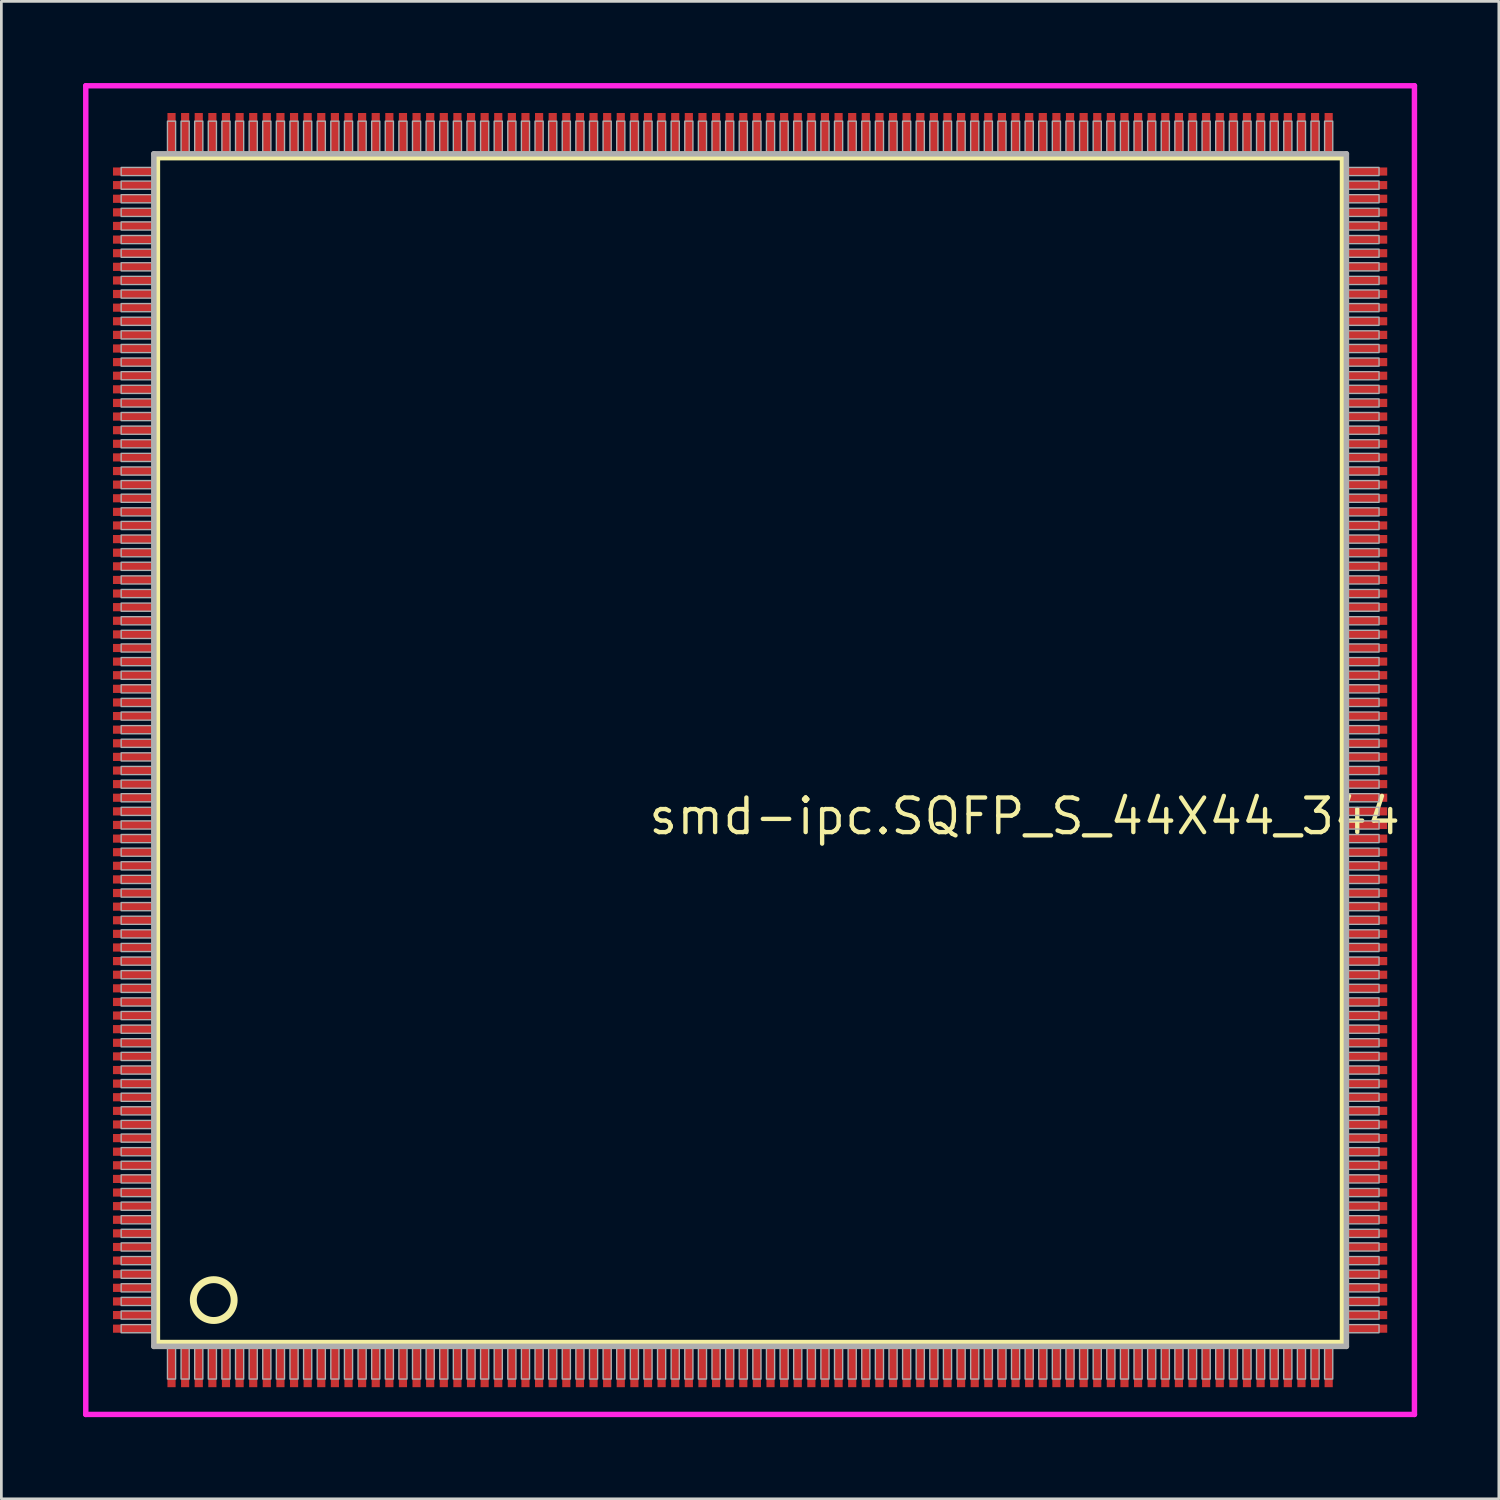
<source format=kicad_pcb>
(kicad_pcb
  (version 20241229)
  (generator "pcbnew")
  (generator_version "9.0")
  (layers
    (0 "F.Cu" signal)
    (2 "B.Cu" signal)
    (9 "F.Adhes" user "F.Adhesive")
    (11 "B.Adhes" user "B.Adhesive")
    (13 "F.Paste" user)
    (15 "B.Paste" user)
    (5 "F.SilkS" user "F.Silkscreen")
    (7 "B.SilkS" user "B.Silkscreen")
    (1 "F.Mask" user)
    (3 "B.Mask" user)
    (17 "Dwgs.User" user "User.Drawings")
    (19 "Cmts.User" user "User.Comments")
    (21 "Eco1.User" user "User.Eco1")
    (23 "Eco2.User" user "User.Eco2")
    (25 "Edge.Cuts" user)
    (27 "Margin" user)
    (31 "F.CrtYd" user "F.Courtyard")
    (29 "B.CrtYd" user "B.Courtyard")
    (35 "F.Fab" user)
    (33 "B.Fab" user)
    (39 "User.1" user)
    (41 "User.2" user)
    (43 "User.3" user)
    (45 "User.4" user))
  (footprint "smd-ipc.SQFP_S_44X44_344"
    (layer "F.Cu")
    (at 24.5 24.5)
    (property "Reference" "smd-ipc.SQFP_S_44X44_344" (at -3.81 3.175 0) (layer "F.SilkS") (effects (font (size 1.27 1.27) (thickness 0.16)) (justify left bottom)))
    (attr smd)
    (fp_line (start -21.77 -21.76) (end 21.76 -21.76) (stroke (width 0.203) (type default)) (layer "F.SilkS"))
    (fp_line (start -21.77 21.76) (end -21.77 -21.76) (stroke (width 0.203) (type default)) (layer "F.SilkS"))
    (fp_line (start 21.76 21.76) (end -21.77 21.76) (stroke (width 0.203) (type default)) (layer "F.SilkS"))
    (fp_line (start 21.76 -21.76) (end 21.76 21.76) (stroke (width 0.203) (type default)) (layer "F.SilkS"))
    (fp_circle (center -19.7 20.2) (end -18.95 20.2) (stroke (width 0.254) (type default)) (fill no) (layer "F.SilkS"))
    (fp_line (start -24.4 -24.4) (end 24.4 -24.4) (stroke (width 0.2) (type default)) (layer "F.CrtYd"))
    (fp_line (start -24.4 24.4) (end -24.4 -24.4) (stroke (width 0.2) (type default)) (layer "F.CrtYd"))
    (fp_line (start 24.4 -24.4) (end 24.4 24.4) (stroke (width 0.2) (type default)) (layer "F.CrtYd"))
    (fp_line (start 24.4 24.4) (end -24.4 24.4) (stroke (width 0.2) (type default)) (layer "F.CrtYd"))
    (fp_line (start -21.9 21.9) (end 21.9 21.9) (stroke (width 0.203) (type default)) (layer "F.Fab"))
    (fp_line (start -21.9 -21.9) (end -21.9 21.9) (stroke (width 0.203) (type default)) (layer "F.Fab"))
    (fp_line (start 21.9 21.9) (end 21.9 -21.9) (stroke (width 0.203) (type default)) (layer "F.Fab"))
    (fp_line (start 21.9 -21.9) (end -21.9 -21.9) (stroke (width 0.203) (type default)) (layer "F.Fab"))
    (fp_rect (start -23.1 -21.1) (end -21.95 -21.4) (stroke (width 0.05) (type default)) (fill no) (layer "F.Fab"))
    (fp_rect (start -23.1 -20.6) (end -21.95 -20.9) (stroke (width 0.05) (type default)) (fill no) (layer "F.Fab"))
    (fp_rect (start -23.1 -20.1) (end -21.95 -20.4) (stroke (width 0.05) (type default)) (fill no) (layer "F.Fab"))
    (fp_rect (start -23.1 -19.6) (end -21.95 -19.9) (stroke (width 0.05) (type default)) (fill no) (layer "F.Fab"))
    (fp_rect (start -23.1 -19.1) (end -21.95 -19.4) (stroke (width 0.05) (type default)) (fill no) (layer "F.Fab"))
    (fp_rect (start -23.1 -18.6) (end -21.95 -18.9) (stroke (width 0.05) (type default)) (fill no) (layer "F.Fab"))
    (fp_rect (start -23.1 -18.1) (end -21.95 -18.4) (stroke (width 0.05) (type default)) (fill no) (layer "F.Fab"))
    (fp_rect (start -23.1 -17.6) (end -21.95 -17.9) (stroke (width 0.05) (type default)) (fill no) (layer "F.Fab"))
    (fp_rect (start -23.1 -17.1) (end -21.95 -17.4) (stroke (width 0.05) (type default)) (fill no) (layer "F.Fab"))
    (fp_rect (start -23.1 -16.6) (end -21.95 -16.9) (stroke (width 0.05) (type default)) (fill no) (layer "F.Fab"))
    (fp_rect (start -23.1 -16.1) (end -21.95 -16.4) (stroke (width 0.05) (type default)) (fill no) (layer "F.Fab"))
    (fp_rect (start -23.1 -15.6) (end -21.95 -15.9) (stroke (width 0.05) (type default)) (fill no) (layer "F.Fab"))
    (fp_rect (start -23.1 -15.1) (end -21.95 -15.4) (stroke (width 0.05) (type default)) (fill no) (layer "F.Fab"))
    (fp_rect (start -23.1 -14.6) (end -21.95 -14.9) (stroke (width 0.05) (type default)) (fill no) (layer "F.Fab"))
    (fp_rect (start -23.1 -14.1) (end -21.95 -14.4) (stroke (width 0.05) (type default)) (fill no) (layer "F.Fab"))
    (fp_rect (start -23.1 -13.6) (end -21.95 -13.9) (stroke (width 0.05) (type default)) (fill no) (layer "F.Fab"))
    (fp_rect (start -23.1 -13.1) (end -21.95 -13.4) (stroke (width 0.05) (type default)) (fill no) (layer "F.Fab"))
    (fp_rect (start -23.1 -12.6) (end -21.95 -12.9) (stroke (width 0.05) (type default)) (fill no) (layer "F.Fab"))
    (fp_rect (start -23.1 -12.1) (end -21.95 -12.4) (stroke (width 0.05) (type default)) (fill no) (layer "F.Fab"))
    (fp_rect (start -23.1 -11.6) (end -21.95 -11.9) (stroke (width 0.05) (type default)) (fill no) (layer "F.Fab"))
    (fp_rect (start -23.1 -11.1) (end -21.95 -11.4) (stroke (width 0.05) (type default)) (fill no) (layer "F.Fab"))
    (fp_rect (start -23.1 -10.6) (end -21.95 -10.9) (stroke (width 0.05) (type default)) (fill no) (layer "F.Fab"))
    (fp_rect (start -23.1 -10.1) (end -21.95 -10.4) (stroke (width 0.05) (type default)) (fill no) (layer "F.Fab"))
    (fp_rect (start -23.1 -9.6) (end -21.95 -9.9) (stroke (width 0.05) (type default)) (fill no) (layer "F.Fab"))
    (fp_rect (start -23.1 -9.1) (end -21.95 -9.4) (stroke (width 0.05) (type default)) (fill no) (layer "F.Fab"))
    (fp_rect (start -23.1 -8.6) (end -21.95 -8.9) (stroke (width 0.05) (type default)) (fill no) (layer "F.Fab"))
    (fp_rect (start -23.1 -8.1) (end -21.95 -8.4) (stroke (width 0.05) (type default)) (fill no) (layer "F.Fab"))
    (fp_rect (start -23.1 -7.6) (end -21.95 -7.9) (stroke (width 0.05) (type default)) (fill no) (layer "F.Fab"))
    (fp_rect (start -23.1 -7.1) (end -21.95 -7.4) (stroke (width 0.05) (type default)) (fill no) (layer "F.Fab"))
    (fp_rect (start -23.1 -6.6) (end -21.95 -6.9) (stroke (width 0.05) (type default)) (fill no) (layer "F.Fab"))
    (fp_rect (start -23.1 -6.1) (end -21.95 -6.4) (stroke (width 0.05) (type default)) (fill no) (layer "F.Fab"))
    (fp_rect (start -23.1 -5.6) (end -21.95 -5.9) (stroke (width 0.05) (type default)) (fill no) (layer "F.Fab"))
    (fp_rect (start -23.1 -5.1) (end -21.95 -5.4) (stroke (width 0.05) (type default)) (fill no) (layer "F.Fab"))
    (fp_rect (start -23.1 -4.6) (end -21.95 -4.9) (stroke (width 0.05) (type default)) (fill no) (layer "F.Fab"))
    (fp_rect (start -23.1 -4.1) (end -21.95 -4.4) (stroke (width 0.05) (type default)) (fill no) (layer "F.Fab"))
    (fp_rect (start -23.1 -3.6) (end -21.95 -3.9) (stroke (width 0.05) (type default)) (fill no) (layer "F.Fab"))
    (fp_rect (start -23.1 -3.1) (end -21.95 -3.4) (stroke (width 0.05) (type default)) (fill no) (layer "F.Fab"))
    (fp_rect (start -23.1 -2.6) (end -21.95 -2.9) (stroke (width 0.05) (type default)) (fill no) (layer "F.Fab"))
    (fp_rect (start -23.1 -2.1) (end -21.95 -2.4) (stroke (width 0.05) (type default)) (fill no) (layer "F.Fab"))
    (fp_rect (start -23.1 -1.6) (end -21.95 -1.9) (stroke (width 0.05) (type default)) (fill no) (layer "F.Fab"))
    (fp_rect (start -23.1 -1.1) (end -21.95 -1.4) (stroke (width 0.05) (type default)) (fill no) (layer "F.Fab"))
    (fp_rect (start -23.1 -0.6) (end -21.95 -0.9) (stroke (width 0.05) (type default)) (fill no) (layer "F.Fab"))
    (fp_rect (start -23.1 -0.1) (end -21.95 -0.4) (stroke (width 0.05) (type default)) (fill no) (layer "F.Fab"))
    (fp_rect (start -23.1 0.4) (end -21.95 0.1) (stroke (width 0.05) (type default)) (fill no) (layer "F.Fab"))
    (fp_rect (start -23.1 0.9) (end -21.95 0.6) (stroke (width 0.05) (type default)) (fill no) (layer "F.Fab"))
    (fp_rect (start -23.1 1.4) (end -21.95 1.1) (stroke (width 0.05) (type default)) (fill no) (layer "F.Fab"))
    (fp_rect (start -23.1 1.9) (end -21.95 1.6) (stroke (width 0.05) (type default)) (fill no) (layer "F.Fab"))
    (fp_rect (start -23.1 2.4) (end -21.95 2.1) (stroke (width 0.05) (type default)) (fill no) (layer "F.Fab"))
    (fp_rect (start -23.1 2.9) (end -21.95 2.6) (stroke (width 0.05) (type default)) (fill no) (layer "F.Fab"))
    (fp_rect (start -23.1 3.4) (end -21.95 3.1) (stroke (width 0.05) (type default)) (fill no) (layer "F.Fab"))
    (fp_rect (start -23.1 3.9) (end -21.95 3.6) (stroke (width 0.05) (type default)) (fill no) (layer "F.Fab"))
    (fp_rect (start -23.1 4.4) (end -21.95 4.1) (stroke (width 0.05) (type default)) (fill no) (layer "F.Fab"))
    (fp_rect (start -23.1 4.9) (end -21.95 4.6) (stroke (width 0.05) (type default)) (fill no) (layer "F.Fab"))
    (fp_rect (start -23.1 5.4) (end -21.95 5.1) (stroke (width 0.05) (type default)) (fill no) (layer "F.Fab"))
    (fp_rect (start -23.1 5.9) (end -21.95 5.6) (stroke (width 0.05) (type default)) (fill no) (layer "F.Fab"))
    (fp_rect (start -23.1 6.4) (end -21.95 6.1) (stroke (width 0.05) (type default)) (fill no) (layer "F.Fab"))
    (fp_rect (start -23.1 6.9) (end -21.95 6.6) (stroke (width 0.05) (type default)) (fill no) (layer "F.Fab"))
    (fp_rect (start -23.1 7.4) (end -21.95 7.1) (stroke (width 0.05) (type default)) (fill no) (layer "F.Fab"))
    (fp_rect (start -23.1 7.9) (end -21.95 7.6) (stroke (width 0.05) (type default)) (fill no) (layer "F.Fab"))
    (fp_rect (start -23.1 8.4) (end -21.95 8.1) (stroke (width 0.05) (type default)) (fill no) (layer "F.Fab"))
    (fp_rect (start -23.1 8.9) (end -21.95 8.6) (stroke (width 0.05) (type default)) (fill no) (layer "F.Fab"))
    (fp_rect (start -23.1 9.4) (end -21.95 9.1) (stroke (width 0.05) (type default)) (fill no) (layer "F.Fab"))
    (fp_rect (start -23.1 9.9) (end -21.95 9.6) (stroke (width 0.05) (type default)) (fill no) (layer "F.Fab"))
    (fp_rect (start -23.1 10.4) (end -21.95 10.1) (stroke (width 0.05) (type default)) (fill no) (layer "F.Fab"))
    (fp_rect (start -23.1 10.9) (end -21.95 10.6) (stroke (width 0.05) (type default)) (fill no) (layer "F.Fab"))
    (fp_rect (start -23.1 11.4) (end -21.95 11.1) (stroke (width 0.05) (type default)) (fill no) (layer "F.Fab"))
    (fp_rect (start -23.1 11.9) (end -21.95 11.6) (stroke (width 0.05) (type default)) (fill no) (layer "F.Fab"))
    (fp_rect (start -23.1 12.4) (end -21.95 12.1) (stroke (width 0.05) (type default)) (fill no) (layer "F.Fab"))
    (fp_rect (start -23.1 12.9) (end -21.95 12.6) (stroke (width 0.05) (type default)) (fill no) (layer "F.Fab"))
    (fp_rect (start -23.1 13.4) (end -21.95 13.1) (stroke (width 0.05) (type default)) (fill no) (layer "F.Fab"))
    (fp_rect (start -23.1 13.9) (end -21.95 13.6) (stroke (width 0.05) (type default)) (fill no) (layer "F.Fab"))
    (fp_rect (start -23.1 14.4) (end -21.95 14.1) (stroke (width 0.05) (type default)) (fill no) (layer "F.Fab"))
    (fp_rect (start -23.1 14.9) (end -21.95 14.6) (stroke (width 0.05) (type default)) (fill no) (layer "F.Fab"))
    (fp_rect (start -23.1 15.4) (end -21.95 15.1) (stroke (width 0.05) (type default)) (fill no) (layer "F.Fab"))
    (fp_rect (start -23.1 15.9) (end -21.95 15.6) (stroke (width 0.05) (type default)) (fill no) (layer "F.Fab"))
    (fp_rect (start -23.1 16.4) (end -21.95 16.1) (stroke (width 0.05) (type default)) (fill no) (layer "F.Fab"))
    (fp_rect (start -23.1 16.9) (end -21.95 16.6) (stroke (width 0.05) (type default)) (fill no) (layer "F.Fab"))
    (fp_rect (start -23.1 17.4) (end -21.95 17.1) (stroke (width 0.05) (type default)) (fill no) (layer "F.Fab"))
    (fp_rect (start -23.1 17.9) (end -21.95 17.6) (stroke (width 0.05) (type default)) (fill no) (layer "F.Fab"))
    (fp_rect (start -23.1 18.4) (end -21.95 18.1) (stroke (width 0.05) (type default)) (fill no) (layer "F.Fab"))
    (fp_rect (start -23.1 18.9) (end -21.95 18.6) (stroke (width 0.05) (type default)) (fill no) (layer "F.Fab"))
    (fp_rect (start -23.1 19.4) (end -21.95 19.1) (stroke (width 0.05) (type default)) (fill no) (layer "F.Fab"))
    (fp_rect (start -23.1 19.9) (end -21.95 19.6) (stroke (width 0.05) (type default)) (fill no) (layer "F.Fab"))
    (fp_rect (start -23.1 20.4) (end -21.95 20.1) (stroke (width 0.05) (type default)) (fill no) (layer "F.Fab"))
    (fp_rect (start -23.1 20.9) (end -21.95 20.6) (stroke (width 0.05) (type default)) (fill no) (layer "F.Fab"))
    (fp_rect (start -23.1 21.4) (end -21.95 21.1) (stroke (width 0.05) (type default)) (fill no) (layer "F.Fab"))
    (fp_rect (start -21.4 -21.95) (end -21.1 -23.1) (stroke (width 0.05) (type default)) (fill no) (layer "F.Fab"))
    (fp_rect (start -21.4 23.1) (end -21.1 21.95) (stroke (width 0.05) (type default)) (fill no) (layer "F.Fab"))
    (fp_rect (start -20.9 -21.95) (end -20.6 -23.1) (stroke (width 0.05) (type default)) (fill no) (layer "F.Fab"))
    (fp_rect (start -20.9 23.1) (end -20.6 21.95) (stroke (width 0.05) (type default)) (fill no) (layer "F.Fab"))
    (fp_rect (start -20.4 -21.95) (end -20.1 -23.1) (stroke (width 0.05) (type default)) (fill no) (layer "F.Fab"))
    (fp_rect (start -20.4 23.1) (end -20.1 21.95) (stroke (width 0.05) (type default)) (fill no) (layer "F.Fab"))
    (fp_rect (start -19.9 -21.95) (end -19.6 -23.1) (stroke (width 0.05) (type default)) (fill no) (layer "F.Fab"))
    (fp_rect (start -19.9 23.1) (end -19.6 21.95) (stroke (width 0.05) (type default)) (fill no) (layer "F.Fab"))
    (fp_rect (start -19.4 -21.95) (end -19.1 -23.1) (stroke (width 0.05) (type default)) (fill no) (layer "F.Fab"))
    (fp_rect (start -19.4 23.1) (end -19.1 21.95) (stroke (width 0.05) (type default)) (fill no) (layer "F.Fab"))
    (fp_rect (start -18.9 -21.95) (end -18.6 -23.1) (stroke (width 0.05) (type default)) (fill no) (layer "F.Fab"))
    (fp_rect (start -18.9 23.1) (end -18.6 21.95) (stroke (width 0.05) (type default)) (fill no) (layer "F.Fab"))
    (fp_rect (start -18.4 -21.95) (end -18.1 -23.1) (stroke (width 0.05) (type default)) (fill no) (layer "F.Fab"))
    (fp_rect (start -18.4 23.1) (end -18.1 21.95) (stroke (width 0.05) (type default)) (fill no) (layer "F.Fab"))
    (fp_rect (start -17.9 -21.95) (end -17.6 -23.1) (stroke (width 0.05) (type default)) (fill no) (layer "F.Fab"))
    (fp_rect (start -17.9 23.1) (end -17.6 21.95) (stroke (width 0.05) (type default)) (fill no) (layer "F.Fab"))
    (fp_rect (start -17.4 -21.95) (end -17.1 -23.1) (stroke (width 0.05) (type default)) (fill no) (layer "F.Fab"))
    (fp_rect (start -17.4 23.1) (end -17.1 21.95) (stroke (width 0.05) (type default)) (fill no) (layer "F.Fab"))
    (fp_rect (start -16.9 -21.95) (end -16.6 -23.1) (stroke (width 0.05) (type default)) (fill no) (layer "F.Fab"))
    (fp_rect (start -16.9 23.1) (end -16.6 21.95) (stroke (width 0.05) (type default)) (fill no) (layer "F.Fab"))
    (fp_rect (start -16.4 -21.95) (end -16.1 -23.1) (stroke (width 0.05) (type default)) (fill no) (layer "F.Fab"))
    (fp_rect (start -16.4 23.1) (end -16.1 21.95) (stroke (width 0.05) (type default)) (fill no) (layer "F.Fab"))
    (fp_rect (start -15.9 -21.95) (end -15.6 -23.1) (stroke (width 0.05) (type default)) (fill no) (layer "F.Fab"))
    (fp_rect (start -15.9 23.1) (end -15.6 21.95) (stroke (width 0.05) (type default)) (fill no) (layer "F.Fab"))
    (fp_rect (start -15.4 -21.95) (end -15.1 -23.1) (stroke (width 0.05) (type default)) (fill no) (layer "F.Fab"))
    (fp_rect (start -15.4 23.1) (end -15.1 21.95) (stroke (width 0.05) (type default)) (fill no) (layer "F.Fab"))
    (fp_rect (start -14.9 -21.95) (end -14.6 -23.1) (stroke (width 0.05) (type default)) (fill no) (layer "F.Fab"))
    (fp_rect (start -14.9 23.1) (end -14.6 21.95) (stroke (width 0.05) (type default)) (fill no) (layer "F.Fab"))
    (fp_rect (start -14.4 -21.95) (end -14.1 -23.1) (stroke (width 0.05) (type default)) (fill no) (layer "F.Fab"))
    (fp_rect (start -14.4 23.1) (end -14.1 21.95) (stroke (width 0.05) (type default)) (fill no) (layer "F.Fab"))
    (fp_rect (start -13.9 -21.95) (end -13.6 -23.1) (stroke (width 0.05) (type default)) (fill no) (layer "F.Fab"))
    (fp_rect (start -13.9 23.1) (end -13.6 21.95) (stroke (width 0.05) (type default)) (fill no) (layer "F.Fab"))
    (fp_rect (start -13.4 -21.95) (end -13.1 -23.1) (stroke (width 0.05) (type default)) (fill no) (layer "F.Fab"))
    (fp_rect (start -13.4 23.1) (end -13.1 21.95) (stroke (width 0.05) (type default)) (fill no) (layer "F.Fab"))
    (fp_rect (start -12.9 -21.95) (end -12.6 -23.1) (stroke (width 0.05) (type default)) (fill no) (layer "F.Fab"))
    (fp_rect (start -12.9 23.1) (end -12.6 21.95) (stroke (width 0.05) (type default)) (fill no) (layer "F.Fab"))
    (fp_rect (start -12.4 -21.95) (end -12.1 -23.1) (stroke (width 0.05) (type default)) (fill no) (layer "F.Fab"))
    (fp_rect (start -12.4 23.1) (end -12.1 21.95) (stroke (width 0.05) (type default)) (fill no) (layer "F.Fab"))
    (fp_rect (start -11.9 -21.95) (end -11.6 -23.1) (stroke (width 0.05) (type default)) (fill no) (layer "F.Fab"))
    (fp_rect (start -11.9 23.1) (end -11.6 21.95) (stroke (width 0.05) (type default)) (fill no) (layer "F.Fab"))
    (fp_rect (start -11.4 -21.95) (end -11.1 -23.1) (stroke (width 0.05) (type default)) (fill no) (layer "F.Fab"))
    (fp_rect (start -11.4 23.1) (end -11.1 21.95) (stroke (width 0.05) (type default)) (fill no) (layer "F.Fab"))
    (fp_rect (start -10.9 -21.95) (end -10.6 -23.1) (stroke (width 0.05) (type default)) (fill no) (layer "F.Fab"))
    (fp_rect (start -10.9 23.1) (end -10.6 21.95) (stroke (width 0.05) (type default)) (fill no) (layer "F.Fab"))
    (fp_rect (start -10.4 -21.95) (end -10.1 -23.1) (stroke (width 0.05) (type default)) (fill no) (layer "F.Fab"))
    (fp_rect (start -10.4 23.1) (end -10.1 21.95) (stroke (width 0.05) (type default)) (fill no) (layer "F.Fab"))
    (fp_rect (start -9.9 -21.95) (end -9.6 -23.1) (stroke (width 0.05) (type default)) (fill no) (layer "F.Fab"))
    (fp_rect (start -9.9 23.1) (end -9.6 21.95) (stroke (width 0.05) (type default)) (fill no) (layer "F.Fab"))
    (fp_rect (start -9.4 -21.95) (end -9.1 -23.1) (stroke (width 0.05) (type default)) (fill no) (layer "F.Fab"))
    (fp_rect (start -9.4 23.1) (end -9.1 21.95) (stroke (width 0.05) (type default)) (fill no) (layer "F.Fab"))
    (fp_rect (start -8.9 -21.95) (end -8.6 -23.1) (stroke (width 0.05) (type default)) (fill no) (layer "F.Fab"))
    (fp_rect (start -8.9 23.1) (end -8.6 21.95) (stroke (width 0.05) (type default)) (fill no) (layer "F.Fab"))
    (fp_rect (start -8.4 -21.95) (end -8.1 -23.1) (stroke (width 0.05) (type default)) (fill no) (layer "F.Fab"))
    (fp_rect (start -8.4 23.1) (end -8.1 21.95) (stroke (width 0.05) (type default)) (fill no) (layer "F.Fab"))
    (fp_rect (start -7.9 -21.95) (end -7.6 -23.1) (stroke (width 0.05) (type default)) (fill no) (layer "F.Fab"))
    (fp_rect (start -7.9 23.1) (end -7.6 21.95) (stroke (width 0.05) (type default)) (fill no) (layer "F.Fab"))
    (fp_rect (start -7.4 -21.95) (end -7.1 -23.1) (stroke (width 0.05) (type default)) (fill no) (layer "F.Fab"))
    (fp_rect (start -7.4 23.1) (end -7.1 21.95) (stroke (width 0.05) (type default)) (fill no) (layer "F.Fab"))
    (fp_rect (start -6.9 -21.95) (end -6.6 -23.1) (stroke (width 0.05) (type default)) (fill no) (layer "F.Fab"))
    (fp_rect (start -6.9 23.1) (end -6.6 21.95) (stroke (width 0.05) (type default)) (fill no) (layer "F.Fab"))
    (fp_rect (start -6.4 -21.95) (end -6.1 -23.1) (stroke (width 0.05) (type default)) (fill no) (layer "F.Fab"))
    (fp_rect (start -6.4 23.1) (end -6.1 21.95) (stroke (width 0.05) (type default)) (fill no) (layer "F.Fab"))
    (fp_rect (start -5.9 -21.95) (end -5.6 -23.1) (stroke (width 0.05) (type default)) (fill no) (layer "F.Fab"))
    (fp_rect (start -5.9 23.1) (end -5.6 21.95) (stroke (width 0.05) (type default)) (fill no) (layer "F.Fab"))
    (fp_rect (start -5.4 -21.95) (end -5.1 -23.1) (stroke (width 0.05) (type default)) (fill no) (layer "F.Fab"))
    (fp_rect (start -5.4 23.1) (end -5.1 21.95) (stroke (width 0.05) (type default)) (fill no) (layer "F.Fab"))
    (fp_rect (start -4.9 -21.95) (end -4.6 -23.1) (stroke (width 0.05) (type default)) (fill no) (layer "F.Fab"))
    (fp_rect (start -4.9 23.1) (end -4.6 21.95) (stroke (width 0.05) (type default)) (fill no) (layer "F.Fab"))
    (fp_rect (start -4.4 -21.95) (end -4.1 -23.1) (stroke (width 0.05) (type default)) (fill no) (layer "F.Fab"))
    (fp_rect (start -4.4 23.1) (end -4.1 21.95) (stroke (width 0.05) (type default)) (fill no) (layer "F.Fab"))
    (fp_rect (start -3.9 -21.95) (end -3.6 -23.1) (stroke (width 0.05) (type default)) (fill no) (layer "F.Fab"))
    (fp_rect (start -3.9 23.1) (end -3.6 21.95) (stroke (width 0.05) (type default)) (fill no) (layer "F.Fab"))
    (fp_rect (start -3.4 -21.95) (end -3.1 -23.1) (stroke (width 0.05) (type default)) (fill no) (layer "F.Fab"))
    (fp_rect (start -3.4 23.1) (end -3.1 21.95) (stroke (width 0.05) (type default)) (fill no) (layer "F.Fab"))
    (fp_rect (start -2.9 -21.95) (end -2.6 -23.1) (stroke (width 0.05) (type default)) (fill no) (layer "F.Fab"))
    (fp_rect (start -2.9 23.1) (end -2.6 21.95) (stroke (width 0.05) (type default)) (fill no) (layer "F.Fab"))
    (fp_rect (start -2.4 -21.95) (end -2.1 -23.1) (stroke (width 0.05) (type default)) (fill no) (layer "F.Fab"))
    (fp_rect (start -2.4 23.1) (end -2.1 21.95) (stroke (width 0.05) (type default)) (fill no) (layer "F.Fab"))
    (fp_rect (start -1.9 -21.95) (end -1.6 -23.1) (stroke (width 0.05) (type default)) (fill no) (layer "F.Fab"))
    (fp_rect (start -1.9 23.1) (end -1.6 21.95) (stroke (width 0.05) (type default)) (fill no) (layer "F.Fab"))
    (fp_rect (start -1.4 -21.95) (end -1.1 -23.1) (stroke (width 0.05) (type default)) (fill no) (layer "F.Fab"))
    (fp_rect (start -1.4 23.1) (end -1.1 21.95) (stroke (width 0.05) (type default)) (fill no) (layer "F.Fab"))
    (fp_rect (start -0.9 -21.95) (end -0.6 -23.1) (stroke (width 0.05) (type default)) (fill no) (layer "F.Fab"))
    (fp_rect (start -0.9 23.1) (end -0.6 21.95) (stroke (width 0.05) (type default)) (fill no) (layer "F.Fab"))
    (fp_rect (start -0.4 -21.95) (end -0.1 -23.1) (stroke (width 0.05) (type default)) (fill no) (layer "F.Fab"))
    (fp_rect (start -0.4 23.1) (end -0.1 21.95) (stroke (width 0.05) (type default)) (fill no) (layer "F.Fab"))
    (fp_rect (start 0.1 -21.95) (end 0.4 -23.1) (stroke (width 0.05) (type default)) (fill no) (layer "F.Fab"))
    (fp_rect (start 0.1 23.1) (end 0.4 21.95) (stroke (width 0.05) (type default)) (fill no) (layer "F.Fab"))
    (fp_rect (start 0.6 -21.95) (end 0.9 -23.1) (stroke (width 0.05) (type default)) (fill no) (layer "F.Fab"))
    (fp_rect (start 0.6 23.1) (end 0.9 21.95) (stroke (width 0.05) (type default)) (fill no) (layer "F.Fab"))
    (fp_rect (start 1.1 -21.95) (end 1.4 -23.1) (stroke (width 0.05) (type default)) (fill no) (layer "F.Fab"))
    (fp_rect (start 1.1 23.1) (end 1.4 21.95) (stroke (width 0.05) (type default)) (fill no) (layer "F.Fab"))
    (fp_rect (start 1.6 -21.95) (end 1.9 -23.1) (stroke (width 0.05) (type default)) (fill no) (layer "F.Fab"))
    (fp_rect (start 1.6 23.1) (end 1.9 21.95) (stroke (width 0.05) (type default)) (fill no) (layer "F.Fab"))
    (fp_rect (start 2.1 -21.95) (end 2.4 -23.1) (stroke (width 0.05) (type default)) (fill no) (layer "F.Fab"))
    (fp_rect (start 2.1 23.1) (end 2.4 21.95) (stroke (width 0.05) (type default)) (fill no) (layer "F.Fab"))
    (fp_rect (start 2.6 -21.95) (end 2.9 -23.1) (stroke (width 0.05) (type default)) (fill no) (layer "F.Fab"))
    (fp_rect (start 2.6 23.1) (end 2.9 21.95) (stroke (width 0.05) (type default)) (fill no) (layer "F.Fab"))
    (fp_rect (start 3.1 -21.95) (end 3.4 -23.1) (stroke (width 0.05) (type default)) (fill no) (layer "F.Fab"))
    (fp_rect (start 3.1 23.1) (end 3.4 21.95) (stroke (width 0.05) (type default)) (fill no) (layer "F.Fab"))
    (fp_rect (start 3.6 -21.95) (end 3.9 -23.1) (stroke (width 0.05) (type default)) (fill no) (layer "F.Fab"))
    (fp_rect (start 3.6 23.1) (end 3.9 21.95) (stroke (width 0.05) (type default)) (fill no) (layer "F.Fab"))
    (fp_rect (start 4.1 -21.95) (end 4.4 -23.1) (stroke (width 0.05) (type default)) (fill no) (layer "F.Fab"))
    (fp_rect (start 4.1 23.1) (end 4.4 21.95) (stroke (width 0.05) (type default)) (fill no) (layer "F.Fab"))
    (fp_rect (start 4.6 -21.95) (end 4.9 -23.1) (stroke (width 0.05) (type default)) (fill no) (layer "F.Fab"))
    (fp_rect (start 4.6 23.1) (end 4.9 21.95) (stroke (width 0.05) (type default)) (fill no) (layer "F.Fab"))
    (fp_rect (start 5.1 -21.95) (end 5.4 -23.1) (stroke (width 0.05) (type default)) (fill no) (layer "F.Fab"))
    (fp_rect (start 5.1 23.1) (end 5.4 21.95) (stroke (width 0.05) (type default)) (fill no) (layer "F.Fab"))
    (fp_rect (start 5.6 -21.95) (end 5.9 -23.1) (stroke (width 0.05) (type default)) (fill no) (layer "F.Fab"))
    (fp_rect (start 5.6 23.1) (end 5.9 21.95) (stroke (width 0.05) (type default)) (fill no) (layer "F.Fab"))
    (fp_rect (start 6.1 -21.95) (end 6.4 -23.1) (stroke (width 0.05) (type default)) (fill no) (layer "F.Fab"))
    (fp_rect (start 6.1 23.1) (end 6.4 21.95) (stroke (width 0.05) (type default)) (fill no) (layer "F.Fab"))
    (fp_rect (start 6.6 -21.95) (end 6.9 -23.1) (stroke (width 0.05) (type default)) (fill no) (layer "F.Fab"))
    (fp_rect (start 6.6 23.1) (end 6.9 21.95) (stroke (width 0.05) (type default)) (fill no) (layer "F.Fab"))
    (fp_rect (start 7.1 -21.95) (end 7.4 -23.1) (stroke (width 0.05) (type default)) (fill no) (layer "F.Fab"))
    (fp_rect (start 7.1 23.1) (end 7.4 21.95) (stroke (width 0.05) (type default)) (fill no) (layer "F.Fab"))
    (fp_rect (start 7.6 -21.95) (end 7.9 -23.1) (stroke (width 0.05) (type default)) (fill no) (layer "F.Fab"))
    (fp_rect (start 7.6 23.1) (end 7.9 21.95) (stroke (width 0.05) (type default)) (fill no) (layer "F.Fab"))
    (fp_rect (start 8.1 -21.95) (end 8.4 -23.1) (stroke (width 0.05) (type default)) (fill no) (layer "F.Fab"))
    (fp_rect (start 8.1 23.1) (end 8.4 21.95) (stroke (width 0.05) (type default)) (fill no) (layer "F.Fab"))
    (fp_rect (start 8.6 -21.95) (end 8.9 -23.1) (stroke (width 0.05) (type default)) (fill no) (layer "F.Fab"))
    (fp_rect (start 8.6 23.1) (end 8.9 21.95) (stroke (width 0.05) (type default)) (fill no) (layer "F.Fab"))
    (fp_rect (start 9.1 -21.95) (end 9.4 -23.1) (stroke (width 0.05) (type default)) (fill no) (layer "F.Fab"))
    (fp_rect (start 9.1 23.1) (end 9.4 21.95) (stroke (width 0.05) (type default)) (fill no) (layer "F.Fab"))
    (fp_rect (start 9.6 -21.95) (end 9.9 -23.1) (stroke (width 0.05) (type default)) (fill no) (layer "F.Fab"))
    (fp_rect (start 9.6 23.1) (end 9.9 21.95) (stroke (width 0.05) (type default)) (fill no) (layer "F.Fab"))
    (fp_rect (start 10.1 -21.95) (end 10.4 -23.1) (stroke (width 0.05) (type default)) (fill no) (layer "F.Fab"))
    (fp_rect (start 10.1 23.1) (end 10.4 21.95) (stroke (width 0.05) (type default)) (fill no) (layer "F.Fab"))
    (fp_rect (start 10.6 -21.95) (end 10.9 -23.1) (stroke (width 0.05) (type default)) (fill no) (layer "F.Fab"))
    (fp_rect (start 10.6 23.1) (end 10.9 21.95) (stroke (width 0.05) (type default)) (fill no) (layer "F.Fab"))
    (fp_rect (start 11.1 -21.95) (end 11.4 -23.1) (stroke (width 0.05) (type default)) (fill no) (layer "F.Fab"))
    (fp_rect (start 11.1 23.1) (end 11.4 21.95) (stroke (width 0.05) (type default)) (fill no) (layer "F.Fab"))
    (fp_rect (start 11.6 -21.95) (end 11.9 -23.1) (stroke (width 0.05) (type default)) (fill no) (layer "F.Fab"))
    (fp_rect (start 11.6 23.1) (end 11.9 21.95) (stroke (width 0.05) (type default)) (fill no) (layer "F.Fab"))
    (fp_rect (start 12.1 -21.95) (end 12.4 -23.1) (stroke (width 0.05) (type default)) (fill no) (layer "F.Fab"))
    (fp_rect (start 12.1 23.1) (end 12.4 21.95) (stroke (width 0.05) (type default)) (fill no) (layer "F.Fab"))
    (fp_rect (start 12.6 -21.95) (end 12.9 -23.1) (stroke (width 0.05) (type default)) (fill no) (layer "F.Fab"))
    (fp_rect (start 12.6 23.1) (end 12.9 21.95) (stroke (width 0.05) (type default)) (fill no) (layer "F.Fab"))
    (fp_rect (start 13.1 -21.95) (end 13.4 -23.1) (stroke (width 0.05) (type default)) (fill no) (layer "F.Fab"))
    (fp_rect (start 13.1 23.1) (end 13.4 21.95) (stroke (width 0.05) (type default)) (fill no) (layer "F.Fab"))
    (fp_rect (start 13.6 -21.95) (end 13.9 -23.1) (stroke (width 0.05) (type default)) (fill no) (layer "F.Fab"))
    (fp_rect (start 13.6 23.1) (end 13.9 21.95) (stroke (width 0.05) (type default)) (fill no) (layer "F.Fab"))
    (fp_rect (start 14.1 -21.95) (end 14.4 -23.1) (stroke (width 0.05) (type default)) (fill no) (layer "F.Fab"))
    (fp_rect (start 14.1 23.1) (end 14.4 21.95) (stroke (width 0.05) (type default)) (fill no) (layer "F.Fab"))
    (fp_rect (start 14.6 -21.95) (end 14.9 -23.1) (stroke (width 0.05) (type default)) (fill no) (layer "F.Fab"))
    (fp_rect (start 14.6 23.1) (end 14.9 21.95) (stroke (width 0.05) (type default)) (fill no) (layer "F.Fab"))
    (fp_rect (start 15.1 -21.95) (end 15.4 -23.1) (stroke (width 0.05) (type default)) (fill no) (layer "F.Fab"))
    (fp_rect (start 15.1 23.1) (end 15.4 21.95) (stroke (width 0.05) (type default)) (fill no) (layer "F.Fab"))
    (fp_rect (start 15.6 -21.95) (end 15.9 -23.1) (stroke (width 0.05) (type default)) (fill no) (layer "F.Fab"))
    (fp_rect (start 15.6 23.1) (end 15.9 21.95) (stroke (width 0.05) (type default)) (fill no) (layer "F.Fab"))
    (fp_rect (start 16.1 -21.95) (end 16.4 -23.1) (stroke (width 0.05) (type default)) (fill no) (layer "F.Fab"))
    (fp_rect (start 16.1 23.1) (end 16.4 21.95) (stroke (width 0.05) (type default)) (fill no) (layer "F.Fab"))
    (fp_rect (start 16.6 -21.95) (end 16.9 -23.1) (stroke (width 0.05) (type default)) (fill no) (layer "F.Fab"))
    (fp_rect (start 16.6 23.1) (end 16.9 21.95) (stroke (width 0.05) (type default)) (fill no) (layer "F.Fab"))
    (fp_rect (start 17.1 -21.95) (end 17.4 -23.1) (stroke (width 0.05) (type default)) (fill no) (layer "F.Fab"))
    (fp_rect (start 17.1 23.1) (end 17.4 21.95) (stroke (width 0.05) (type default)) (fill no) (layer "F.Fab"))
    (fp_rect (start 17.6 -21.95) (end 17.9 -23.1) (stroke (width 0.05) (type default)) (fill no) (layer "F.Fab"))
    (fp_rect (start 17.6 23.1) (end 17.9 21.95) (stroke (width 0.05) (type default)) (fill no) (layer "F.Fab"))
    (fp_rect (start 18.1 -21.95) (end 18.4 -23.1) (stroke (width 0.05) (type default)) (fill no) (layer "F.Fab"))
    (fp_rect (start 18.1 23.1) (end 18.4 21.95) (stroke (width 0.05) (type default)) (fill no) (layer "F.Fab"))
    (fp_rect (start 18.6 -21.95) (end 18.9 -23.1) (stroke (width 0.05) (type default)) (fill no) (layer "F.Fab"))
    (fp_rect (start 18.6 23.1) (end 18.9 21.95) (stroke (width 0.05) (type default)) (fill no) (layer "F.Fab"))
    (fp_rect (start 19.1 -21.95) (end 19.4 -23.1) (stroke (width 0.05) (type default)) (fill no) (layer "F.Fab"))
    (fp_rect (start 19.1 23.1) (end 19.4 21.95) (stroke (width 0.05) (type default)) (fill no) (layer "F.Fab"))
    (fp_rect (start 19.6 -21.95) (end 19.9 -23.1) (stroke (width 0.05) (type default)) (fill no) (layer "F.Fab"))
    (fp_rect (start 19.6 23.1) (end 19.9 21.95) (stroke (width 0.05) (type default)) (fill no) (layer "F.Fab"))
    (fp_rect (start 20.1 -21.95) (end 20.4 -23.1) (stroke (width 0.05) (type default)) (fill no) (layer "F.Fab"))
    (fp_rect (start 20.1 23.1) (end 20.4 21.95) (stroke (width 0.05) (type default)) (fill no) (layer "F.Fab"))
    (fp_rect (start 20.6 -21.95) (end 20.9 -23.1) (stroke (width 0.05) (type default)) (fill no) (layer "F.Fab"))
    (fp_rect (start 20.6 23.1) (end 20.9 21.95) (stroke (width 0.05) (type default)) (fill no) (layer "F.Fab"))
    (fp_rect (start 21.1 -21.95) (end 21.4 -23.1) (stroke (width 0.05) (type default)) (fill no) (layer "F.Fab"))
    (fp_rect (start 21.1 23.1) (end 21.4 21.95) (stroke (width 0.05) (type default)) (fill no) (layer "F.Fab"))
    (fp_rect (start 21.95 -21.1) (end 23.1 -21.4) (stroke (width 0.05) (type default)) (fill no) (layer "F.Fab"))
    (fp_rect (start 21.95 -20.6) (end 23.1 -20.9) (stroke (width 0.05) (type default)) (fill no) (layer "F.Fab"))
    (fp_rect (start 21.95 -20.1) (end 23.1 -20.4) (stroke (width 0.05) (type default)) (fill no) (layer "F.Fab"))
    (fp_rect (start 21.95 -19.6) (end 23.1 -19.9) (stroke (width 0.05) (type default)) (fill no) (layer "F.Fab"))
    (fp_rect (start 21.95 -19.1) (end 23.1 -19.4) (stroke (width 0.05) (type default)) (fill no) (layer "F.Fab"))
    (fp_rect (start 21.95 -18.6) (end 23.1 -18.9) (stroke (width 0.05) (type default)) (fill no) (layer "F.Fab"))
    (fp_rect (start 21.95 -18.1) (end 23.1 -18.4) (stroke (width 0.05) (type default)) (fill no) (layer "F.Fab"))
    (fp_rect (start 21.95 -17.6) (end 23.1 -17.9) (stroke (width 0.05) (type default)) (fill no) (layer "F.Fab"))
    (fp_rect (start 21.95 -17.1) (end 23.1 -17.4) (stroke (width 0.05) (type default)) (fill no) (layer "F.Fab"))
    (fp_rect (start 21.95 -16.6) (end 23.1 -16.9) (stroke (width 0.05) (type default)) (fill no) (layer "F.Fab"))
    (fp_rect (start 21.95 -16.1) (end 23.1 -16.4) (stroke (width 0.05) (type default)) (fill no) (layer "F.Fab"))
    (fp_rect (start 21.95 -15.6) (end 23.1 -15.9) (stroke (width 0.05) (type default)) (fill no) (layer "F.Fab"))
    (fp_rect (start 21.95 -15.1) (end 23.1 -15.4) (stroke (width 0.05) (type default)) (fill no) (layer "F.Fab"))
    (fp_rect (start 21.95 -14.6) (end 23.1 -14.9) (stroke (width 0.05) (type default)) (fill no) (layer "F.Fab"))
    (fp_rect (start 21.95 -14.1) (end 23.1 -14.4) (stroke (width 0.05) (type default)) (fill no) (layer "F.Fab"))
    (fp_rect (start 21.95 -13.6) (end 23.1 -13.9) (stroke (width 0.05) (type default)) (fill no) (layer "F.Fab"))
    (fp_rect (start 21.95 -13.1) (end 23.1 -13.4) (stroke (width 0.05) (type default)) (fill no) (layer "F.Fab"))
    (fp_rect (start 21.95 -12.6) (end 23.1 -12.9) (stroke (width 0.05) (type default)) (fill no) (layer "F.Fab"))
    (fp_rect (start 21.95 -12.1) (end 23.1 -12.4) (stroke (width 0.05) (type default)) (fill no) (layer "F.Fab"))
    (fp_rect (start 21.95 -11.6) (end 23.1 -11.9) (stroke (width 0.05) (type default)) (fill no) (layer "F.Fab"))
    (fp_rect (start 21.95 -11.1) (end 23.1 -11.4) (stroke (width 0.05) (type default)) (fill no) (layer "F.Fab"))
    (fp_rect (start 21.95 -10.6) (end 23.1 -10.9) (stroke (width 0.05) (type default)) (fill no) (layer "F.Fab"))
    (fp_rect (start 21.95 -10.1) (end 23.1 -10.4) (stroke (width 0.05) (type default)) (fill no) (layer "F.Fab"))
    (fp_rect (start 21.95 -9.6) (end 23.1 -9.9) (stroke (width 0.05) (type default)) (fill no) (layer "F.Fab"))
    (fp_rect (start 21.95 -9.1) (end 23.1 -9.4) (stroke (width 0.05) (type default)) (fill no) (layer "F.Fab"))
    (fp_rect (start 21.95 -8.6) (end 23.1 -8.9) (stroke (width 0.05) (type default)) (fill no) (layer "F.Fab"))
    (fp_rect (start 21.95 -8.1) (end 23.1 -8.4) (stroke (width 0.05) (type default)) (fill no) (layer "F.Fab"))
    (fp_rect (start 21.95 -7.6) (end 23.1 -7.9) (stroke (width 0.05) (type default)) (fill no) (layer "F.Fab"))
    (fp_rect (start 21.95 -7.1) (end 23.1 -7.4) (stroke (width 0.05) (type default)) (fill no) (layer "F.Fab"))
    (fp_rect (start 21.95 -6.6) (end 23.1 -6.9) (stroke (width 0.05) (type default)) (fill no) (layer "F.Fab"))
    (fp_rect (start 21.95 -6.1) (end 23.1 -6.4) (stroke (width 0.05) (type default)) (fill no) (layer "F.Fab"))
    (fp_rect (start 21.95 -5.6) (end 23.1 -5.9) (stroke (width 0.05) (type default)) (fill no) (layer "F.Fab"))
    (fp_rect (start 21.95 -5.1) (end 23.1 -5.4) (stroke (width 0.05) (type default)) (fill no) (layer "F.Fab"))
    (fp_rect (start 21.95 -4.6) (end 23.1 -4.9) (stroke (width 0.05) (type default)) (fill no) (layer "F.Fab"))
    (fp_rect (start 21.95 -4.1) (end 23.1 -4.4) (stroke (width 0.05) (type default)) (fill no) (layer "F.Fab"))
    (fp_rect (start 21.95 -3.6) (end 23.1 -3.9) (stroke (width 0.05) (type default)) (fill no) (layer "F.Fab"))
    (fp_rect (start 21.95 -3.1) (end 23.1 -3.4) (stroke (width 0.05) (type default)) (fill no) (layer "F.Fab"))
    (fp_rect (start 21.95 -2.6) (end 23.1 -2.9) (stroke (width 0.05) (type default)) (fill no) (layer "F.Fab"))
    (fp_rect (start 21.95 -2.1) (end 23.1 -2.4) (stroke (width 0.05) (type default)) (fill no) (layer "F.Fab"))
    (fp_rect (start 21.95 -1.6) (end 23.1 -1.9) (stroke (width 0.05) (type default)) (fill no) (layer "F.Fab"))
    (fp_rect (start 21.95 -1.1) (end 23.1 -1.4) (stroke (width 0.05) (type default)) (fill no) (layer "F.Fab"))
    (fp_rect (start 21.95 -0.6) (end 23.1 -0.9) (stroke (width 0.05) (type default)) (fill no) (layer "F.Fab"))
    (fp_rect (start 21.95 -0.1) (end 23.1 -0.4) (stroke (width 0.05) (type default)) (fill no) (layer "F.Fab"))
    (fp_rect (start 21.95 0.4) (end 23.1 0.1) (stroke (width 0.05) (type default)) (fill no) (layer "F.Fab"))
    (fp_rect (start 21.95 0.9) (end 23.1 0.6) (stroke (width 0.05) (type default)) (fill no) (layer "F.Fab"))
    (fp_rect (start 21.95 1.4) (end 23.1 1.1) (stroke (width 0.05) (type default)) (fill no) (layer "F.Fab"))
    (fp_rect (start 21.95 1.9) (end 23.1 1.6) (stroke (width 0.05) (type default)) (fill no) (layer "F.Fab"))
    (fp_rect (start 21.95 2.4) (end 23.1 2.1) (stroke (width 0.05) (type default)) (fill no) (layer "F.Fab"))
    (fp_rect (start 21.95 2.9) (end 23.1 2.6) (stroke (width 0.05) (type default)) (fill no) (layer "F.Fab"))
    (fp_rect (start 21.95 3.4) (end 23.1 3.1) (stroke (width 0.05) (type default)) (fill no) (layer "F.Fab"))
    (fp_rect (start 21.95 3.9) (end 23.1 3.6) (stroke (width 0.05) (type default)) (fill no) (layer "F.Fab"))
    (fp_rect (start 21.95 4.4) (end 23.1 4.1) (stroke (width 0.05) (type default)) (fill no) (layer "F.Fab"))
    (fp_rect (start 21.95 4.9) (end 23.1 4.6) (stroke (width 0.05) (type default)) (fill no) (layer "F.Fab"))
    (fp_rect (start 21.95 5.4) (end 23.1 5.1) (stroke (width 0.05) (type default)) (fill no) (layer "F.Fab"))
    (fp_rect (start 21.95 5.9) (end 23.1 5.6) (stroke (width 0.05) (type default)) (fill no) (layer "F.Fab"))
    (fp_rect (start 21.95 6.4) (end 23.1 6.1) (stroke (width 0.05) (type default)) (fill no) (layer "F.Fab"))
    (fp_rect (start 21.95 6.9) (end 23.1 6.6) (stroke (width 0.05) (type default)) (fill no) (layer "F.Fab"))
    (fp_rect (start 21.95 7.4) (end 23.1 7.1) (stroke (width 0.05) (type default)) (fill no) (layer "F.Fab"))
    (fp_rect (start 21.95 7.9) (end 23.1 7.6) (stroke (width 0.05) (type default)) (fill no) (layer "F.Fab"))
    (fp_rect (start 21.95 8.4) (end 23.1 8.1) (stroke (width 0.05) (type default)) (fill no) (layer "F.Fab"))
    (fp_rect (start 21.95 8.9) (end 23.1 8.6) (stroke (width 0.05) (type default)) (fill no) (layer "F.Fab"))
    (fp_rect (start 21.95 9.4) (end 23.1 9.1) (stroke (width 0.05) (type default)) (fill no) (layer "F.Fab"))
    (fp_rect (start 21.95 9.9) (end 23.1 9.6) (stroke (width 0.05) (type default)) (fill no) (layer "F.Fab"))
    (fp_rect (start 21.95 10.4) (end 23.1 10.1) (stroke (width 0.05) (type default)) (fill no) (layer "F.Fab"))
    (fp_rect (start 21.95 10.9) (end 23.1 10.6) (stroke (width 0.05) (type default)) (fill no) (layer "F.Fab"))
    (fp_rect (start 21.95 11.4) (end 23.1 11.1) (stroke (width 0.05) (type default)) (fill no) (layer "F.Fab"))
    (fp_rect (start 21.95 11.9) (end 23.1 11.6) (stroke (width 0.05) (type default)) (fill no) (layer "F.Fab"))
    (fp_rect (start 21.95 12.4) (end 23.1 12.1) (stroke (width 0.05) (type default)) (fill no) (layer "F.Fab"))
    (fp_rect (start 21.95 12.9) (end 23.1 12.6) (stroke (width 0.05) (type default)) (fill no) (layer "F.Fab"))
    (fp_rect (start 21.95 13.4) (end 23.1 13.1) (stroke (width 0.05) (type default)) (fill no) (layer "F.Fab"))
    (fp_rect (start 21.95 13.9) (end 23.1 13.6) (stroke (width 0.05) (type default)) (fill no) (layer "F.Fab"))
    (fp_rect (start 21.95 14.4) (end 23.1 14.1) (stroke (width 0.05) (type default)) (fill no) (layer "F.Fab"))
    (fp_rect (start 21.95 14.9) (end 23.1 14.6) (stroke (width 0.05) (type default)) (fill no) (layer "F.Fab"))
    (fp_rect (start 21.95 15.4) (end 23.1 15.1) (stroke (width 0.05) (type default)) (fill no) (layer "F.Fab"))
    (fp_rect (start 21.95 15.9) (end 23.1 15.6) (stroke (width 0.05) (type default)) (fill no) (layer "F.Fab"))
    (fp_rect (start 21.95 16.4) (end 23.1 16.1) (stroke (width 0.05) (type default)) (fill no) (layer "F.Fab"))
    (fp_rect (start 21.95 16.9) (end 23.1 16.6) (stroke (width 0.05) (type default)) (fill no) (layer "F.Fab"))
    (fp_rect (start 21.95 17.4) (end 23.1 17.1) (stroke (width 0.05) (type default)) (fill no) (layer "F.Fab"))
    (fp_rect (start 21.95 17.9) (end 23.1 17.6) (stroke (width 0.05) (type default)) (fill no) (layer "F.Fab"))
    (fp_rect (start 21.95 18.4) (end 23.1 18.1) (stroke (width 0.05) (type default)) (fill no) (layer "F.Fab"))
    (fp_rect (start 21.95 18.9) (end 23.1 18.6) (stroke (width 0.05) (type default)) (fill no) (layer "F.Fab"))
    (fp_rect (start 21.95 19.4) (end 23.1 19.1) (stroke (width 0.05) (type default)) (fill no) (layer "F.Fab"))
    (fp_rect (start 21.95 19.9) (end 23.1 19.6) (stroke (width 0.05) (type default)) (fill no) (layer "F.Fab"))
    (fp_rect (start 21.95 20.4) (end 23.1 20.1) (stroke (width 0.05) (type default)) (fill no) (layer "F.Fab"))
    (fp_rect (start 21.95 20.9) (end 23.1 20.6) (stroke (width 0.05) (type default)) (fill no) (layer "F.Fab"))
    (fp_rect (start 21.95 21.4) (end 23.1 21.1) (stroke (width 0.05) (type default)) (fill no) (layer "F.Fab"))
    (pad "1" smd roundrect (at -21.25 22.6) (size 0.3 1.6) (layers "F.Cu" "F.Mask" "F.Paste") (roundrect_rratio 0.01))
    (pad "2" smd roundrect (at -20.75 22.6) (size 0.3 1.6) (layers "F.Cu" "F.Mask" "F.Paste") (roundrect_rratio 0.01))
    (pad "3" smd roundrect (at -20.25 22.6) (size 0.3 1.6) (layers "F.Cu" "F.Mask" "F.Paste") (roundrect_rratio 0.01))
    (pad "4" smd roundrect (at -19.75 22.6) (size 0.3 1.6) (layers "F.Cu" "F.Mask" "F.Paste") (roundrect_rratio 0.01))
    (pad "5" smd roundrect (at -19.25 22.6) (size 0.3 1.6) (layers "F.Cu" "F.Mask" "F.Paste") (roundrect_rratio 0.01))
    (pad "6" smd roundrect (at -18.75 22.6) (size 0.3 1.6) (layers "F.Cu" "F.Mask" "F.Paste") (roundrect_rratio 0.01))
    (pad "7" smd roundrect (at -18.25 22.6) (size 0.3 1.6) (layers "F.Cu" "F.Mask" "F.Paste") (roundrect_rratio 0.01))
    (pad "8" smd roundrect (at -17.75 22.6) (size 0.3 1.6) (layers "F.Cu" "F.Mask" "F.Paste") (roundrect_rratio 0.01))
    (pad "9" smd roundrect (at -17.25 22.6) (size 0.3 1.6) (layers "F.Cu" "F.Mask" "F.Paste") (roundrect_rratio 0.01))
    (pad "10" smd roundrect (at -16.75 22.6) (size 0.3 1.6) (layers "F.Cu" "F.Mask" "F.Paste") (roundrect_rratio 0.01))
    (pad "11" smd roundrect (at -16.25 22.6) (size 0.3 1.6) (layers "F.Cu" "F.Mask" "F.Paste") (roundrect_rratio 0.01))
    (pad "12" smd roundrect (at -15.75 22.6) (size 0.3 1.6) (layers "F.Cu" "F.Mask" "F.Paste") (roundrect_rratio 0.01))
    (pad "13" smd roundrect (at -15.25 22.6) (size 0.3 1.6) (layers "F.Cu" "F.Mask" "F.Paste") (roundrect_rratio 0.01))
    (pad "14" smd roundrect (at -14.75 22.6) (size 0.3 1.6) (layers "F.Cu" "F.Mask" "F.Paste") (roundrect_rratio 0.01))
    (pad "15" smd roundrect (at -14.25 22.6) (size 0.3 1.6) (layers "F.Cu" "F.Mask" "F.Paste") (roundrect_rratio 0.01))
    (pad "16" smd roundrect (at -13.75 22.6) (size 0.3 1.6) (layers "F.Cu" "F.Mask" "F.Paste") (roundrect_rratio 0.01))
    (pad "17" smd roundrect (at -13.25 22.6) (size 0.3 1.6) (layers "F.Cu" "F.Mask" "F.Paste") (roundrect_rratio 0.01))
    (pad "18" smd roundrect (at -12.75 22.6) (size 0.3 1.6) (layers "F.Cu" "F.Mask" "F.Paste") (roundrect_rratio 0.01))
    (pad "19" smd roundrect (at -12.25 22.6) (size 0.3 1.6) (layers "F.Cu" "F.Mask" "F.Paste") (roundrect_rratio 0.01))
    (pad "20" smd roundrect (at -11.75 22.6) (size 0.3 1.6) (layers "F.Cu" "F.Mask" "F.Paste") (roundrect_rratio 0.01))
    (pad "21" smd roundrect (at -11.25 22.6) (size 0.3 1.6) (layers "F.Cu" "F.Mask" "F.Paste") (roundrect_rratio 0.01))
    (pad "22" smd roundrect (at -10.75 22.6) (size 0.3 1.6) (layers "F.Cu" "F.Mask" "F.Paste") (roundrect_rratio 0.01))
    (pad "23" smd roundrect (at -10.25 22.6) (size 0.3 1.6) (layers "F.Cu" "F.Mask" "F.Paste") (roundrect_rratio 0.01))
    (pad "24" smd roundrect (at -9.75 22.6) (size 0.3 1.6) (layers "F.Cu" "F.Mask" "F.Paste") (roundrect_rratio 0.01))
    (pad "25" smd roundrect (at -9.25 22.6) (size 0.3 1.6) (layers "F.Cu" "F.Mask" "F.Paste") (roundrect_rratio 0.01))
    (pad "26" smd roundrect (at -8.75 22.6) (size 0.3 1.6) (layers "F.Cu" "F.Mask" "F.Paste") (roundrect_rratio 0.01))
    (pad "27" smd roundrect (at -8.25 22.6) (size 0.3 1.6) (layers "F.Cu" "F.Mask" "F.Paste") (roundrect_rratio 0.01))
    (pad "28" smd roundrect (at -7.75 22.6) (size 0.3 1.6) (layers "F.Cu" "F.Mask" "F.Paste") (roundrect_rratio 0.01))
    (pad "29" smd roundrect (at -7.25 22.6) (size 0.3 1.6) (layers "F.Cu" "F.Mask" "F.Paste") (roundrect_rratio 0.01))
    (pad "30" smd roundrect (at -6.75 22.6) (size 0.3 1.6) (layers "F.Cu" "F.Mask" "F.Paste") (roundrect_rratio 0.01))
    (pad "31" smd roundrect (at -6.25 22.6) (size 0.3 1.6) (layers "F.Cu" "F.Mask" "F.Paste") (roundrect_rratio 0.01))
    (pad "32" smd roundrect (at -5.75 22.6) (size 0.3 1.6) (layers "F.Cu" "F.Mask" "F.Paste") (roundrect_rratio 0.01))
    (pad "33" smd roundrect (at -5.25 22.6) (size 0.3 1.6) (layers "F.Cu" "F.Mask" "F.Paste") (roundrect_rratio 0.01))
    (pad "34" smd roundrect (at -4.75 22.6) (size 0.3 1.6) (layers "F.Cu" "F.Mask" "F.Paste") (roundrect_rratio 0.01))
    (pad "35" smd roundrect (at -4.25 22.6) (size 0.3 1.6) (layers "F.Cu" "F.Mask" "F.Paste") (roundrect_rratio 0.01))
    (pad "36" smd roundrect (at -3.75 22.6) (size 0.3 1.6) (layers "F.Cu" "F.Mask" "F.Paste") (roundrect_rratio 0.01))
    (pad "37" smd roundrect (at -3.25 22.6) (size 0.3 1.6) (layers "F.Cu" "F.Mask" "F.Paste") (roundrect_rratio 0.01))
    (pad "38" smd roundrect (at -2.75 22.6) (size 0.3 1.6) (layers "F.Cu" "F.Mask" "F.Paste") (roundrect_rratio 0.01))
    (pad "39" smd roundrect (at -2.25 22.6) (size 0.3 1.6) (layers "F.Cu" "F.Mask" "F.Paste") (roundrect_rratio 0.01))
    (pad "40" smd roundrect (at -1.75 22.6) (size 0.3 1.6) (layers "F.Cu" "F.Mask" "F.Paste") (roundrect_rratio 0.01))
    (pad "41" smd roundrect (at -1.25 22.6) (size 0.3 1.6) (layers "F.Cu" "F.Mask" "F.Paste") (roundrect_rratio 0.01))
    (pad "42" smd roundrect (at -0.75 22.6) (size 0.3 1.6) (layers "F.Cu" "F.Mask" "F.Paste") (roundrect_rratio 0.01))
    (pad "43" smd roundrect (at -0.25 22.6) (size 0.3 1.6) (layers "F.Cu" "F.Mask" "F.Paste") (roundrect_rratio 0.01))
    (pad "44" smd roundrect (at 0.25 22.6) (size 0.3 1.6) (layers "F.Cu" "F.Mask" "F.Paste") (roundrect_rratio 0.01))
    (pad "45" smd roundrect (at 0.75 22.6) (size 0.3 1.6) (layers "F.Cu" "F.Mask" "F.Paste") (roundrect_rratio 0.01))
    (pad "46" smd roundrect (at 1.25 22.6) (size 0.3 1.6) (layers "F.Cu" "F.Mask" "F.Paste") (roundrect_rratio 0.01))
    (pad "47" smd roundrect (at 1.75 22.6) (size 0.3 1.6) (layers "F.Cu" "F.Mask" "F.Paste") (roundrect_rratio 0.01))
    (pad "48" smd roundrect (at 2.25 22.6) (size 0.3 1.6) (layers "F.Cu" "F.Mask" "F.Paste") (roundrect_rratio 0.01))
    (pad "49" smd roundrect (at 2.75 22.6) (size 0.3 1.6) (layers "F.Cu" "F.Mask" "F.Paste") (roundrect_rratio 0.01))
    (pad "50" smd roundrect (at 3.25 22.6) (size 0.3 1.6) (layers "F.Cu" "F.Mask" "F.Paste") (roundrect_rratio 0.01))
    (pad "51" smd roundrect (at 3.75 22.6) (size 0.3 1.6) (layers "F.Cu" "F.Mask" "F.Paste") (roundrect_rratio 0.01))
    (pad "52" smd roundrect (at 4.25 22.6) (size 0.3 1.6) (layers "F.Cu" "F.Mask" "F.Paste") (roundrect_rratio 0.01))
    (pad "53" smd roundrect (at 4.75 22.6) (size 0.3 1.6) (layers "F.Cu" "F.Mask" "F.Paste") (roundrect_rratio 0.01))
    (pad "54" smd roundrect (at 5.25 22.6) (size 0.3 1.6) (layers "F.Cu" "F.Mask" "F.Paste") (roundrect_rratio 0.01))
    (pad "55" smd roundrect (at 5.75 22.6) (size 0.3 1.6) (layers "F.Cu" "F.Mask" "F.Paste") (roundrect_rratio 0.01))
    (pad "56" smd roundrect (at 6.25 22.6) (size 0.3 1.6) (layers "F.Cu" "F.Mask" "F.Paste") (roundrect_rratio 0.01))
    (pad "57" smd roundrect (at 6.75 22.6) (size 0.3 1.6) (layers "F.Cu" "F.Mask" "F.Paste") (roundrect_rratio 0.01))
    (pad "58" smd roundrect (at 7.25 22.6) (size 0.3 1.6) (layers "F.Cu" "F.Mask" "F.Paste") (roundrect_rratio 0.01))
    (pad "59" smd roundrect (at 7.75 22.6) (size 0.3 1.6) (layers "F.Cu" "F.Mask" "F.Paste") (roundrect_rratio 0.01))
    (pad "60" smd roundrect (at 8.25 22.6) (size 0.3 1.6) (layers "F.Cu" "F.Mask" "F.Paste") (roundrect_rratio 0.01))
    (pad "61" smd roundrect (at 8.75 22.6) (size 0.3 1.6) (layers "F.Cu" "F.Mask" "F.Paste") (roundrect_rratio 0.01))
    (pad "62" smd roundrect (at 9.25 22.6) (size 0.3 1.6) (layers "F.Cu" "F.Mask" "F.Paste") (roundrect_rratio 0.01))
    (pad "63" smd roundrect (at 9.75 22.6) (size 0.3 1.6) (layers "F.Cu" "F.Mask" "F.Paste") (roundrect_rratio 0.01))
    (pad "64" smd roundrect (at 10.25 22.6) (size 0.3 1.6) (layers "F.Cu" "F.Mask" "F.Paste") (roundrect_rratio 0.01))
    (pad "65" smd roundrect (at 10.75 22.6) (size 0.3 1.6) (layers "F.Cu" "F.Mask" "F.Paste") (roundrect_rratio 0.01))
    (pad "66" smd roundrect (at 11.25 22.6) (size 0.3 1.6) (layers "F.Cu" "F.Mask" "F.Paste") (roundrect_rratio 0.01))
    (pad "67" smd roundrect (at 11.75 22.6) (size 0.3 1.6) (layers "F.Cu" "F.Mask" "F.Paste") (roundrect_rratio 0.01))
    (pad "68" smd roundrect (at 12.25 22.6) (size 0.3 1.6) (layers "F.Cu" "F.Mask" "F.Paste") (roundrect_rratio 0.01))
    (pad "69" smd roundrect (at 12.75 22.6) (size 0.3 1.6) (layers "F.Cu" "F.Mask" "F.Paste") (roundrect_rratio 0.01))
    (pad "70" smd roundrect (at 13.25 22.6) (size 0.3 1.6) (layers "F.Cu" "F.Mask" "F.Paste") (roundrect_rratio 0.01))
    (pad "71" smd roundrect (at 13.75 22.6) (size 0.3 1.6) (layers "F.Cu" "F.Mask" "F.Paste") (roundrect_rratio 0.01))
    (pad "72" smd roundrect (at 14.25 22.6) (size 0.3 1.6) (layers "F.Cu" "F.Mask" "F.Paste") (roundrect_rratio 0.01))
    (pad "73" smd roundrect (at 14.75 22.6) (size 0.3 1.6) (layers "F.Cu" "F.Mask" "F.Paste") (roundrect_rratio 0.01))
    (pad "74" smd roundrect (at 15.25 22.6) (size 0.3 1.6) (layers "F.Cu" "F.Mask" "F.Paste") (roundrect_rratio 0.01))
    (pad "75" smd roundrect (at 15.75 22.6) (size 0.3 1.6) (layers "F.Cu" "F.Mask" "F.Paste") (roundrect_rratio 0.01))
    (pad "76" smd roundrect (at 16.25 22.6) (size 0.3 1.6) (layers "F.Cu" "F.Mask" "F.Paste") (roundrect_rratio 0.01))
    (pad "77" smd roundrect (at 16.75 22.6) (size 0.3 1.6) (layers "F.Cu" "F.Mask" "F.Paste") (roundrect_rratio 0.01))
    (pad "78" smd roundrect (at 17.25 22.6) (size 0.3 1.6) (layers "F.Cu" "F.Mask" "F.Paste") (roundrect_rratio 0.01))
    (pad "79" smd roundrect (at 17.75 22.6) (size 0.3 1.6) (layers "F.Cu" "F.Mask" "F.Paste") (roundrect_rratio 0.01))
    (pad "80" smd roundrect (at 18.25 22.6) (size 0.3 1.6) (layers "F.Cu" "F.Mask" "F.Paste") (roundrect_rratio 0.01))
    (pad "81" smd roundrect (at 18.75 22.6) (size 0.3 1.6) (layers "F.Cu" "F.Mask" "F.Paste") (roundrect_rratio 0.01))
    (pad "82" smd roundrect (at 19.25 22.6) (size 0.3 1.6) (layers "F.Cu" "F.Mask" "F.Paste") (roundrect_rratio 0.01))
    (pad "83" smd roundrect (at 19.75 22.6) (size 0.3 1.6) (layers "F.Cu" "F.Mask" "F.Paste") (roundrect_rratio 0.01))
    (pad "84" smd roundrect (at 20.25 22.6) (size 0.3 1.6) (layers "F.Cu" "F.Mask" "F.Paste") (roundrect_rratio 0.01))
    (pad "85" smd roundrect (at 20.75 22.6) (size 0.3 1.6) (layers "F.Cu" "F.Mask" "F.Paste") (roundrect_rratio 0.01))
    (pad "86" smd roundrect (at 21.25 22.6) (size 0.3 1.6) (layers "F.Cu" "F.Mask" "F.Paste") (roundrect_rratio 0.01))
    (pad "87" smd roundrect (at 22.6 21.25) (size 1.6 0.3) (layers "F.Cu" "F.Mask" "F.Paste") (roundrect_rratio 0.01))
    (pad "88" smd roundrect (at 22.6 20.75) (size 1.6 0.3) (layers "F.Cu" "F.Mask" "F.Paste") (roundrect_rratio 0.01))
    (pad "89" smd roundrect (at 22.6 20.25) (size 1.6 0.3) (layers "F.Cu" "F.Mask" "F.Paste") (roundrect_rratio 0.01))
    (pad "90" smd roundrect (at 22.6 19.75) (size 1.6 0.3) (layers "F.Cu" "F.Mask" "F.Paste") (roundrect_rratio 0.01))
    (pad "91" smd roundrect (at 22.6 19.25) (size 1.6 0.3) (layers "F.Cu" "F.Mask" "F.Paste") (roundrect_rratio 0.01))
    (pad "92" smd roundrect (at 22.6 18.75) (size 1.6 0.3) (layers "F.Cu" "F.Mask" "F.Paste") (roundrect_rratio 0.01))
    (pad "93" smd roundrect (at 22.6 18.25) (size 1.6 0.3) (layers "F.Cu" "F.Mask" "F.Paste") (roundrect_rratio 0.01))
    (pad "94" smd roundrect (at 22.6 17.75) (size 1.6 0.3) (layers "F.Cu" "F.Mask" "F.Paste") (roundrect_rratio 0.01))
    (pad "95" smd roundrect (at 22.6 17.25) (size 1.6 0.3) (layers "F.Cu" "F.Mask" "F.Paste") (roundrect_rratio 0.01))
    (pad "96" smd roundrect (at 22.6 16.75) (size 1.6 0.3) (layers "F.Cu" "F.Mask" "F.Paste") (roundrect_rratio 0.01))
    (pad "97" smd roundrect (at 22.6 16.25) (size 1.6 0.3) (layers "F.Cu" "F.Mask" "F.Paste") (roundrect_rratio 0.01))
    (pad "98" smd roundrect (at 22.6 15.75) (size 1.6 0.3) (layers "F.Cu" "F.Mask" "F.Paste") (roundrect_rratio 0.01))
    (pad "99" smd roundrect (at 22.6 15.25) (size 1.6 0.3) (layers "F.Cu" "F.Mask" "F.Paste") (roundrect_rratio 0.01))
    (pad "100" smd roundrect (at 22.6 14.75) (size 1.6 0.3) (layers "F.Cu" "F.Mask" "F.Paste") (roundrect_rratio 0.01))
    (pad "101" smd roundrect (at 22.6 14.25) (size 1.6 0.3) (layers "F.Cu" "F.Mask" "F.Paste") (roundrect_rratio 0.01))
    (pad "102" smd roundrect (at 22.6 13.75) (size 1.6 0.3) (layers "F.Cu" "F.Mask" "F.Paste") (roundrect_rratio 0.01))
    (pad "103" smd roundrect (at 22.6 13.25) (size 1.6 0.3) (layers "F.Cu" "F.Mask" "F.Paste") (roundrect_rratio 0.01))
    (pad "104" smd roundrect (at 22.6 12.75) (size 1.6 0.3) (layers "F.Cu" "F.Mask" "F.Paste") (roundrect_rratio 0.01))
    (pad "105" smd roundrect (at 22.6 12.25) (size 1.6 0.3) (layers "F.Cu" "F.Mask" "F.Paste") (roundrect_rratio 0.01))
    (pad "106" smd roundrect (at 22.6 11.75) (size 1.6 0.3) (layers "F.Cu" "F.Mask" "F.Paste") (roundrect_rratio 0.01))
    (pad "107" smd roundrect (at 22.6 11.25) (size 1.6 0.3) (layers "F.Cu" "F.Mask" "F.Paste") (roundrect_rratio 0.01))
    (pad "108" smd roundrect (at 22.6 10.75) (size 1.6 0.3) (layers "F.Cu" "F.Mask" "F.Paste") (roundrect_rratio 0.01))
    (pad "109" smd roundrect (at 22.6 10.25) (size 1.6 0.3) (layers "F.Cu" "F.Mask" "F.Paste") (roundrect_rratio 0.01))
    (pad "110" smd roundrect (at 22.6 9.75) (size 1.6 0.3) (layers "F.Cu" "F.Mask" "F.Paste") (roundrect_rratio 0.01))
    (pad "111" smd roundrect (at 22.6 9.25) (size 1.6 0.3) (layers "F.Cu" "F.Mask" "F.Paste") (roundrect_rratio 0.01))
    (pad "112" smd roundrect (at 22.6 8.75) (size 1.6 0.3) (layers "F.Cu" "F.Mask" "F.Paste") (roundrect_rratio 0.01))
    (pad "113" smd roundrect (at 22.6 8.25) (size 1.6 0.3) (layers "F.Cu" "F.Mask" "F.Paste") (roundrect_rratio 0.01))
    (pad "114" smd roundrect (at 22.6 7.75) (size 1.6 0.3) (layers "F.Cu" "F.Mask" "F.Paste") (roundrect_rratio 0.01))
    (pad "115" smd roundrect (at 22.6 7.25) (size 1.6 0.3) (layers "F.Cu" "F.Mask" "F.Paste") (roundrect_rratio 0.01))
    (pad "116" smd roundrect (at 22.6 6.75) (size 1.6 0.3) (layers "F.Cu" "F.Mask" "F.Paste") (roundrect_rratio 0.01))
    (pad "117" smd roundrect (at 22.6 6.25) (size 1.6 0.3) (layers "F.Cu" "F.Mask" "F.Paste") (roundrect_rratio 0.01))
    (pad "118" smd roundrect (at 22.6 5.75) (size 1.6 0.3) (layers "F.Cu" "F.Mask" "F.Paste") (roundrect_rratio 0.01))
    (pad "119" smd roundrect (at 22.6 5.25) (size 1.6 0.3) (layers "F.Cu" "F.Mask" "F.Paste") (roundrect_rratio 0.01))
    (pad "120" smd roundrect (at 22.6 4.75) (size 1.6 0.3) (layers "F.Cu" "F.Mask" "F.Paste") (roundrect_rratio 0.01))
    (pad "121" smd roundrect (at 22.6 4.25) (size 1.6 0.3) (layers "F.Cu" "F.Mask" "F.Paste") (roundrect_rratio 0.01))
    (pad "122" smd roundrect (at 22.6 3.75) (size 1.6 0.3) (layers "F.Cu" "F.Mask" "F.Paste") (roundrect_rratio 0.01))
    (pad "123" smd roundrect (at 22.6 3.25) (size 1.6 0.3) (layers "F.Cu" "F.Mask" "F.Paste") (roundrect_rratio 0.01))
    (pad "124" smd roundrect (at 22.6 2.75) (size 1.6 0.3) (layers "F.Cu" "F.Mask" "F.Paste") (roundrect_rratio 0.01))
    (pad "125" smd roundrect (at 22.6 2.25) (size 1.6 0.3) (layers "F.Cu" "F.Mask" "F.Paste") (roundrect_rratio 0.01))
    (pad "126" smd roundrect (at 22.6 1.75) (size 1.6 0.3) (layers "F.Cu" "F.Mask" "F.Paste") (roundrect_rratio 0.01))
    (pad "127" smd roundrect (at 22.6 1.25) (size 1.6 0.3) (layers "F.Cu" "F.Mask" "F.Paste") (roundrect_rratio 0.01))
    (pad "128" smd roundrect (at 22.6 0.75) (size 1.6 0.3) (layers "F.Cu" "F.Mask" "F.Paste") (roundrect_rratio 0.01))
    (pad "129" smd roundrect (at 22.6 0.25) (size 1.6 0.3) (layers "F.Cu" "F.Mask" "F.Paste") (roundrect_rratio 0.01))
    (pad "130" smd roundrect (at 22.6 -0.25) (size 1.6 0.3) (layers "F.Cu" "F.Mask" "F.Paste") (roundrect_rratio 0.01))
    (pad "131" smd roundrect (at 22.6 -0.75) (size 1.6 0.3) (layers "F.Cu" "F.Mask" "F.Paste") (roundrect_rratio 0.01))
    (pad "132" smd roundrect (at 22.6 -1.25) (size 1.6 0.3) (layers "F.Cu" "F.Mask" "F.Paste") (roundrect_rratio 0.01))
    (pad "133" smd roundrect (at 22.6 -1.75) (size 1.6 0.3) (layers "F.Cu" "F.Mask" "F.Paste") (roundrect_rratio 0.01))
    (pad "134" smd roundrect (at 22.6 -2.25) (size 1.6 0.3) (layers "F.Cu" "F.Mask" "F.Paste") (roundrect_rratio 0.01))
    (pad "135" smd roundrect (at 22.6 -2.75) (size 1.6 0.3) (layers "F.Cu" "F.Mask" "F.Paste") (roundrect_rratio 0.01))
    (pad "136" smd roundrect (at 22.6 -3.25) (size 1.6 0.3) (layers "F.Cu" "F.Mask" "F.Paste") (roundrect_rratio 0.01))
    (pad "137" smd roundrect (at 22.6 -3.75) (size 1.6 0.3) (layers "F.Cu" "F.Mask" "F.Paste") (roundrect_rratio 0.01))
    (pad "138" smd roundrect (at 22.6 -4.25) (size 1.6 0.3) (layers "F.Cu" "F.Mask" "F.Paste") (roundrect_rratio 0.01))
    (pad "139" smd roundrect (at 22.6 -4.75) (size 1.6 0.3) (layers "F.Cu" "F.Mask" "F.Paste") (roundrect_rratio 0.01))
    (pad "140" smd roundrect (at 22.6 -5.25) (size 1.6 0.3) (layers "F.Cu" "F.Mask" "F.Paste") (roundrect_rratio 0.01))
    (pad "141" smd roundrect (at 22.6 -5.75) (size 1.6 0.3) (layers "F.Cu" "F.Mask" "F.Paste") (roundrect_rratio 0.01))
    (pad "142" smd roundrect (at 22.6 -6.25) (size 1.6 0.3) (layers "F.Cu" "F.Mask" "F.Paste") (roundrect_rratio 0.01))
    (pad "143" smd roundrect (at 22.6 -6.75) (size 1.6 0.3) (layers "F.Cu" "F.Mask" "F.Paste") (roundrect_rratio 0.01))
    (pad "144" smd roundrect (at 22.6 -7.25) (size 1.6 0.3) (layers "F.Cu" "F.Mask" "F.Paste") (roundrect_rratio 0.01))
    (pad "145" smd roundrect (at 22.6 -7.75) (size 1.6 0.3) (layers "F.Cu" "F.Mask" "F.Paste") (roundrect_rratio 0.01))
    (pad "146" smd roundrect (at 22.6 -8.25) (size 1.6 0.3) (layers "F.Cu" "F.Mask" "F.Paste") (roundrect_rratio 0.01))
    (pad "147" smd roundrect (at 22.6 -8.75) (size 1.6 0.3) (layers "F.Cu" "F.Mask" "F.Paste") (roundrect_rratio 0.01))
    (pad "148" smd roundrect (at 22.6 -9.25) (size 1.6 0.3) (layers "F.Cu" "F.Mask" "F.Paste") (roundrect_rratio 0.01))
    (pad "149" smd roundrect (at 22.6 -9.75) (size 1.6 0.3) (layers "F.Cu" "F.Mask" "F.Paste") (roundrect_rratio 0.01))
    (pad "150" smd roundrect (at 22.6 -10.25) (size 1.6 0.3) (layers "F.Cu" "F.Mask" "F.Paste") (roundrect_rratio 0.01))
    (pad "151" smd roundrect (at 22.6 -10.75) (size 1.6 0.3) (layers "F.Cu" "F.Mask" "F.Paste") (roundrect_rratio 0.01))
    (pad "152" smd roundrect (at 22.6 -11.25) (size 1.6 0.3) (layers "F.Cu" "F.Mask" "F.Paste") (roundrect_rratio 0.01))
    (pad "153" smd roundrect (at 22.6 -11.75) (size 1.6 0.3) (layers "F.Cu" "F.Mask" "F.Paste") (roundrect_rratio 0.01))
    (pad "154" smd roundrect (at 22.6 -12.25) (size 1.6 0.3) (layers "F.Cu" "F.Mask" "F.Paste") (roundrect_rratio 0.01))
    (pad "155" smd roundrect (at 22.6 -12.75) (size 1.6 0.3) (layers "F.Cu" "F.Mask" "F.Paste") (roundrect_rratio 0.01))
    (pad "156" smd roundrect (at 22.6 -13.25) (size 1.6 0.3) (layers "F.Cu" "F.Mask" "F.Paste") (roundrect_rratio 0.01))
    (pad "157" smd roundrect (at 22.6 -13.75) (size 1.6 0.3) (layers "F.Cu" "F.Mask" "F.Paste") (roundrect_rratio 0.01))
    (pad "158" smd roundrect (at 22.6 -14.25) (size 1.6 0.3) (layers "F.Cu" "F.Mask" "F.Paste") (roundrect_rratio 0.01))
    (pad "159" smd roundrect (at 22.6 -14.75) (size 1.6 0.3) (layers "F.Cu" "F.Mask" "F.Paste") (roundrect_rratio 0.01))
    (pad "160" smd roundrect (at 22.6 -15.25) (size 1.6 0.3) (layers "F.Cu" "F.Mask" "F.Paste") (roundrect_rratio 0.01))
    (pad "161" smd roundrect (at 22.6 -15.75) (size 1.6 0.3) (layers "F.Cu" "F.Mask" "F.Paste") (roundrect_rratio 0.01))
    (pad "162" smd roundrect (at 22.6 -16.25) (size 1.6 0.3) (layers "F.Cu" "F.Mask" "F.Paste") (roundrect_rratio 0.01))
    (pad "163" smd roundrect (at 22.6 -16.75) (size 1.6 0.3) (layers "F.Cu" "F.Mask" "F.Paste") (roundrect_rratio 0.01))
    (pad "164" smd roundrect (at 22.6 -17.25) (size 1.6 0.3) (layers "F.Cu" "F.Mask" "F.Paste") (roundrect_rratio 0.01))
    (pad "165" smd roundrect (at 22.6 -17.75) (size 1.6 0.3) (layers "F.Cu" "F.Mask" "F.Paste") (roundrect_rratio 0.01))
    (pad "166" smd roundrect (at 22.6 -18.25) (size 1.6 0.3) (layers "F.Cu" "F.Mask" "F.Paste") (roundrect_rratio 0.01))
    (pad "167" smd roundrect (at 22.6 -18.75) (size 1.6 0.3) (layers "F.Cu" "F.Mask" "F.Paste") (roundrect_rratio 0.01))
    (pad "168" smd roundrect (at 22.6 -19.25) (size 1.6 0.3) (layers "F.Cu" "F.Mask" "F.Paste") (roundrect_rratio 0.01))
    (pad "169" smd roundrect (at 22.6 -19.75) (size 1.6 0.3) (layers "F.Cu" "F.Mask" "F.Paste") (roundrect_rratio 0.01))
    (pad "170" smd roundrect (at 22.6 -20.25) (size 1.6 0.3) (layers "F.Cu" "F.Mask" "F.Paste") (roundrect_rratio 0.01))
    (pad "171" smd roundrect (at 22.6 -20.75) (size 1.6 0.3) (layers "F.Cu" "F.Mask" "F.Paste") (roundrect_rratio 0.01))
    (pad "172" smd roundrect (at 22.6 -21.25) (size 1.6 0.3) (layers "F.Cu" "F.Mask" "F.Paste") (roundrect_rratio 0.01))
    (pad "173" smd roundrect (at 21.25 -22.6) (size 0.3 1.6) (layers "F.Cu" "F.Mask" "F.Paste") (roundrect_rratio 0.01))
    (pad "174" smd roundrect (at 20.75 -22.6) (size 0.3 1.6) (layers "F.Cu" "F.Mask" "F.Paste") (roundrect_rratio 0.01))
    (pad "175" smd roundrect (at 20.25 -22.6) (size 0.3 1.6) (layers "F.Cu" "F.Mask" "F.Paste") (roundrect_rratio 0.01))
    (pad "176" smd roundrect (at 19.75 -22.6) (size 0.3 1.6) (layers "F.Cu" "F.Mask" "F.Paste") (roundrect_rratio 0.01))
    (pad "177" smd roundrect (at 19.25 -22.6) (size 0.3 1.6) (layers "F.Cu" "F.Mask" "F.Paste") (roundrect_rratio 0.01))
    (pad "178" smd roundrect (at 18.75 -22.6) (size 0.3 1.6) (layers "F.Cu" "F.Mask" "F.Paste") (roundrect_rratio 0.01))
    (pad "179" smd roundrect (at 18.25 -22.6) (size 0.3 1.6) (layers "F.Cu" "F.Mask" "F.Paste") (roundrect_rratio 0.01))
    (pad "180" smd roundrect (at 17.75 -22.6) (size 0.3 1.6) (layers "F.Cu" "F.Mask" "F.Paste") (roundrect_rratio 0.01))
    (pad "181" smd roundrect (at 17.25 -22.6) (size 0.3 1.6) (layers "F.Cu" "F.Mask" "F.Paste") (roundrect_rratio 0.01))
    (pad "182" smd roundrect (at 16.75 -22.6) (size 0.3 1.6) (layers "F.Cu" "F.Mask" "F.Paste") (roundrect_rratio 0.01))
    (pad "183" smd roundrect (at 16.25 -22.6) (size 0.3 1.6) (layers "F.Cu" "F.Mask" "F.Paste") (roundrect_rratio 0.01))
    (pad "184" smd roundrect (at 15.75 -22.6) (size 0.3 1.6) (layers "F.Cu" "F.Mask" "F.Paste") (roundrect_rratio 0.01))
    (pad "185" smd roundrect (at 15.25 -22.6) (size 0.3 1.6) (layers "F.Cu" "F.Mask" "F.Paste") (roundrect_rratio 0.01))
    (pad "186" smd roundrect (at 14.75 -22.6) (size 0.3 1.6) (layers "F.Cu" "F.Mask" "F.Paste") (roundrect_rratio 0.01))
    (pad "187" smd roundrect (at 14.25 -22.6) (size 0.3 1.6) (layers "F.Cu" "F.Mask" "F.Paste") (roundrect_rratio 0.01))
    (pad "188" smd roundrect (at 13.75 -22.6) (size 0.3 1.6) (layers "F.Cu" "F.Mask" "F.Paste") (roundrect_rratio 0.01))
    (pad "189" smd roundrect (at 13.25 -22.6) (size 0.3 1.6) (layers "F.Cu" "F.Mask" "F.Paste") (roundrect_rratio 0.01))
    (pad "190" smd roundrect (at 12.75 -22.6) (size 0.3 1.6) (layers "F.Cu" "F.Mask" "F.Paste") (roundrect_rratio 0.01))
    (pad "191" smd roundrect (at 12.25 -22.6) (size 0.3 1.6) (layers "F.Cu" "F.Mask" "F.Paste") (roundrect_rratio 0.01))
    (pad "192" smd roundrect (at 11.75 -22.6) (size 0.3 1.6) (layers "F.Cu" "F.Mask" "F.Paste") (roundrect_rratio 0.01))
    (pad "193" smd roundrect (at 11.25 -22.6) (size 0.3 1.6) (layers "F.Cu" "F.Mask" "F.Paste") (roundrect_rratio 0.01))
    (pad "194" smd roundrect (at 10.75 -22.6) (size 0.3 1.6) (layers "F.Cu" "F.Mask" "F.Paste") (roundrect_rratio 0.01))
    (pad "195" smd roundrect (at 10.25 -22.6) (size 0.3 1.6) (layers "F.Cu" "F.Mask" "F.Paste") (roundrect_rratio 0.01))
    (pad "196" smd roundrect (at 9.75 -22.6) (size 0.3 1.6) (layers "F.Cu" "F.Mask" "F.Paste") (roundrect_rratio 0.01))
    (pad "197" smd roundrect (at 9.25 -22.6) (size 0.3 1.6) (layers "F.Cu" "F.Mask" "F.Paste") (roundrect_rratio 0.01))
    (pad "198" smd roundrect (at 8.75 -22.6) (size 0.3 1.6) (layers "F.Cu" "F.Mask" "F.Paste") (roundrect_rratio 0.01))
    (pad "199" smd roundrect (at 8.25 -22.6) (size 0.3 1.6) (layers "F.Cu" "F.Mask" "F.Paste") (roundrect_rratio 0.01))
    (pad "200" smd roundrect (at 7.75 -22.6) (size 0.3 1.6) (layers "F.Cu" "F.Mask" "F.Paste") (roundrect_rratio 0.01))
    (pad "201" smd roundrect (at 7.25 -22.6) (size 0.3 1.6) (layers "F.Cu" "F.Mask" "F.Paste") (roundrect_rratio 0.01))
    (pad "202" smd roundrect (at 6.75 -22.6) (size 0.3 1.6) (layers "F.Cu" "F.Mask" "F.Paste") (roundrect_rratio 0.01))
    (pad "203" smd roundrect (at 6.25 -22.6) (size 0.3 1.6) (layers "F.Cu" "F.Mask" "F.Paste") (roundrect_rratio 0.01))
    (pad "204" smd roundrect (at 5.75 -22.6) (size 0.3 1.6) (layers "F.Cu" "F.Mask" "F.Paste") (roundrect_rratio 0.01))
    (pad "205" smd roundrect (at 5.25 -22.6) (size 0.3 1.6) (layers "F.Cu" "F.Mask" "F.Paste") (roundrect_rratio 0.01))
    (pad "206" smd roundrect (at 4.75 -22.6) (size 0.3 1.6) (layers "F.Cu" "F.Mask" "F.Paste") (roundrect_rratio 0.01))
    (pad "207" smd roundrect (at 4.25 -22.6) (size 0.3 1.6) (layers "F.Cu" "F.Mask" "F.Paste") (roundrect_rratio 0.01))
    (pad "208" smd roundrect (at 3.75 -22.6) (size 0.3 1.6) (layers "F.Cu" "F.Mask" "F.Paste") (roundrect_rratio 0.01))
    (pad "209" smd roundrect (at 3.25 -22.6) (size 0.3 1.6) (layers "F.Cu" "F.Mask" "F.Paste") (roundrect_rratio 0.01))
    (pad "210" smd roundrect (at 2.75 -22.6) (size 0.3 1.6) (layers "F.Cu" "F.Mask" "F.Paste") (roundrect_rratio 0.01))
    (pad "211" smd roundrect (at 2.25 -22.6) (size 0.3 1.6) (layers "F.Cu" "F.Mask" "F.Paste") (roundrect_rratio 0.01))
    (pad "212" smd roundrect (at 1.75 -22.6) (size 0.3 1.6) (layers "F.Cu" "F.Mask" "F.Paste") (roundrect_rratio 0.01))
    (pad "213" smd roundrect (at 1.25 -22.6) (size 0.3 1.6) (layers "F.Cu" "F.Mask" "F.Paste") (roundrect_rratio 0.01))
    (pad "214" smd roundrect (at 0.75 -22.6) (size 0.3 1.6) (layers "F.Cu" "F.Mask" "F.Paste") (roundrect_rratio 0.01))
    (pad "215" smd roundrect (at 0.25 -22.6) (size 0.3 1.6) (layers "F.Cu" "F.Mask" "F.Paste") (roundrect_rratio 0.01))
    (pad "216" smd roundrect (at -0.25 -22.6) (size 0.3 1.6) (layers "F.Cu" "F.Mask" "F.Paste") (roundrect_rratio 0.01))
    (pad "217" smd roundrect (at -0.75 -22.6) (size 0.3 1.6) (layers "F.Cu" "F.Mask" "F.Paste") (roundrect_rratio 0.01))
    (pad "218" smd roundrect (at -1.25 -22.6) (size 0.3 1.6) (layers "F.Cu" "F.Mask" "F.Paste") (roundrect_rratio 0.01))
    (pad "219" smd roundrect (at -1.75 -22.6) (size 0.3 1.6) (layers "F.Cu" "F.Mask" "F.Paste") (roundrect_rratio 0.01))
    (pad "220" smd roundrect (at -2.25 -22.6) (size 0.3 1.6) (layers "F.Cu" "F.Mask" "F.Paste") (roundrect_rratio 0.01))
    (pad "221" smd roundrect (at -2.75 -22.6) (size 0.3 1.6) (layers "F.Cu" "F.Mask" "F.Paste") (roundrect_rratio 0.01))
    (pad "222" smd roundrect (at -3.25 -22.6) (size 0.3 1.6) (layers "F.Cu" "F.Mask" "F.Paste") (roundrect_rratio 0.01))
    (pad "223" smd roundrect (at -3.75 -22.6) (size 0.3 1.6) (layers "F.Cu" "F.Mask" "F.Paste") (roundrect_rratio 0.01))
    (pad "224" smd roundrect (at -4.25 -22.6) (size 0.3 1.6) (layers "F.Cu" "F.Mask" "F.Paste") (roundrect_rratio 0.01))
    (pad "225" smd roundrect (at -4.75 -22.6) (size 0.3 1.6) (layers "F.Cu" "F.Mask" "F.Paste") (roundrect_rratio 0.01))
    (pad "226" smd roundrect (at -5.25 -22.6) (size 0.3 1.6) (layers "F.Cu" "F.Mask" "F.Paste") (roundrect_rratio 0.01))
    (pad "227" smd roundrect (at -5.75 -22.6) (size 0.3 1.6) (layers "F.Cu" "F.Mask" "F.Paste") (roundrect_rratio 0.01))
    (pad "228" smd roundrect (at -6.25 -22.6) (size 0.3 1.6) (layers "F.Cu" "F.Mask" "F.Paste") (roundrect_rratio 0.01))
    (pad "229" smd roundrect (at -6.75 -22.6) (size 0.3 1.6) (layers "F.Cu" "F.Mask" "F.Paste") (roundrect_rratio 0.01))
    (pad "230" smd roundrect (at -7.25 -22.6) (size 0.3 1.6) (layers "F.Cu" "F.Mask" "F.Paste") (roundrect_rratio 0.01))
    (pad "231" smd roundrect (at -7.75 -22.6) (size 0.3 1.6) (layers "F.Cu" "F.Mask" "F.Paste") (roundrect_rratio 0.01))
    (pad "232" smd roundrect (at -8.25 -22.6) (size 0.3 1.6) (layers "F.Cu" "F.Mask" "F.Paste") (roundrect_rratio 0.01))
    (pad "233" smd roundrect (at -8.75 -22.6) (size 0.3 1.6) (layers "F.Cu" "F.Mask" "F.Paste") (roundrect_rratio 0.01))
    (pad "234" smd roundrect (at -9.25 -22.6) (size 0.3 1.6) (layers "F.Cu" "F.Mask" "F.Paste") (roundrect_rratio 0.01))
    (pad "235" smd roundrect (at -9.75 -22.6) (size 0.3 1.6) (layers "F.Cu" "F.Mask" "F.Paste") (roundrect_rratio 0.01))
    (pad "236" smd roundrect (at -10.25 -22.6) (size 0.3 1.6) (layers "F.Cu" "F.Mask" "F.Paste") (roundrect_rratio 0.01))
    (pad "237" smd roundrect (at -10.75 -22.6) (size 0.3 1.6) (layers "F.Cu" "F.Mask" "F.Paste") (roundrect_rratio 0.01))
    (pad "238" smd roundrect (at -11.25 -22.6) (size 0.3 1.6) (layers "F.Cu" "F.Mask" "F.Paste") (roundrect_rratio 0.01))
    (pad "239" smd roundrect (at -11.75 -22.6) (size 0.3 1.6) (layers "F.Cu" "F.Mask" "F.Paste") (roundrect_rratio 0.01))
    (pad "240" smd roundrect (at -12.25 -22.6) (size 0.3 1.6) (layers "F.Cu" "F.Mask" "F.Paste") (roundrect_rratio 0.01))
    (pad "241" smd roundrect (at -12.75 -22.6) (size 0.3 1.6) (layers "F.Cu" "F.Mask" "F.Paste") (roundrect_rratio 0.01))
    (pad "242" smd roundrect (at -13.25 -22.6) (size 0.3 1.6) (layers "F.Cu" "F.Mask" "F.Paste") (roundrect_rratio 0.01))
    (pad "243" smd roundrect (at -13.75 -22.6) (size 0.3 1.6) (layers "F.Cu" "F.Mask" "F.Paste") (roundrect_rratio 0.01))
    (pad "244" smd roundrect (at -14.25 -22.6) (size 0.3 1.6) (layers "F.Cu" "F.Mask" "F.Paste") (roundrect_rratio 0.01))
    (pad "245" smd roundrect (at -14.75 -22.6) (size 0.3 1.6) (layers "F.Cu" "F.Mask" "F.Paste") (roundrect_rratio 0.01))
    (pad "246" smd roundrect (at -15.25 -22.6) (size 0.3 1.6) (layers "F.Cu" "F.Mask" "F.Paste") (roundrect_rratio 0.01))
    (pad "247" smd roundrect (at -15.75 -22.6) (size 0.3 1.6) (layers "F.Cu" "F.Mask" "F.Paste") (roundrect_rratio 0.01))
    (pad "248" smd roundrect (at -16.25 -22.6) (size 0.3 1.6) (layers "F.Cu" "F.Mask" "F.Paste") (roundrect_rratio 0.01))
    (pad "249" smd roundrect (at -16.75 -22.6) (size 0.3 1.6) (layers "F.Cu" "F.Mask" "F.Paste") (roundrect_rratio 0.01))
    (pad "250" smd roundrect (at -17.25 -22.6) (size 0.3 1.6) (layers "F.Cu" "F.Mask" "F.Paste") (roundrect_rratio 0.01))
    (pad "251" smd roundrect (at -17.75 -22.6) (size 0.3 1.6) (layers "F.Cu" "F.Mask" "F.Paste") (roundrect_rratio 0.01))
    (pad "252" smd roundrect (at -18.25 -22.6) (size 0.3 1.6) (layers "F.Cu" "F.Mask" "F.Paste") (roundrect_rratio 0.01))
    (pad "253" smd roundrect (at -18.75 -22.6) (size 0.3 1.6) (layers "F.Cu" "F.Mask" "F.Paste") (roundrect_rratio 0.01))
    (pad "254" smd roundrect (at -19.25 -22.6) (size 0.3 1.6) (layers "F.Cu" "F.Mask" "F.Paste") (roundrect_rratio 0.01))
    (pad "255" smd roundrect (at -19.75 -22.6) (size 0.3 1.6) (layers "F.Cu" "F.Mask" "F.Paste") (roundrect_rratio 0.01))
    (pad "256" smd roundrect (at -20.25 -22.6) (size 0.3 1.6) (layers "F.Cu" "F.Mask" "F.Paste") (roundrect_rratio 0.01))
    (pad "257" smd roundrect (at -20.75 -22.6) (size 0.3 1.6) (layers "F.Cu" "F.Mask" "F.Paste") (roundrect_rratio 0.01))
    (pad "258" smd roundrect (at -21.25 -22.6) (size 0.3 1.6) (layers "F.Cu" "F.Mask" "F.Paste") (roundrect_rratio 0.01))
    (pad "259" smd roundrect (at -22.6 -21.25) (size 1.6 0.3) (layers "F.Cu" "F.Mask" "F.Paste") (roundrect_rratio 0.01))
    (pad "260" smd roundrect (at -22.6 -20.75) (size 1.6 0.3) (layers "F.Cu" "F.Mask" "F.Paste") (roundrect_rratio 0.01))
    (pad "261" smd roundrect (at -22.6 -20.25) (size 1.6 0.3) (layers "F.Cu" "F.Mask" "F.Paste") (roundrect_rratio 0.01))
    (pad "262" smd roundrect (at -22.6 -19.75) (size 1.6 0.3) (layers "F.Cu" "F.Mask" "F.Paste") (roundrect_rratio 0.01))
    (pad "263" smd roundrect (at -22.6 -19.25) (size 1.6 0.3) (layers "F.Cu" "F.Mask" "F.Paste") (roundrect_rratio 0.01))
    (pad "264" smd roundrect (at -22.6 -18.75) (size 1.6 0.3) (layers "F.Cu" "F.Mask" "F.Paste") (roundrect_rratio 0.01))
    (pad "265" smd roundrect (at -22.6 -18.25) (size 1.6 0.3) (layers "F.Cu" "F.Mask" "F.Paste") (roundrect_rratio 0.01))
    (pad "266" smd roundrect (at -22.6 -17.75) (size 1.6 0.3) (layers "F.Cu" "F.Mask" "F.Paste") (roundrect_rratio 0.01))
    (pad "267" smd roundrect (at -22.6 -17.25) (size 1.6 0.3) (layers "F.Cu" "F.Mask" "F.Paste") (roundrect_rratio 0.01))
    (pad "268" smd roundrect (at -22.6 -16.75) (size 1.6 0.3) (layers "F.Cu" "F.Mask" "F.Paste") (roundrect_rratio 0.01))
    (pad "269" smd roundrect (at -22.6 -16.25) (size 1.6 0.3) (layers "F.Cu" "F.Mask" "F.Paste") (roundrect_rratio 0.01))
    (pad "270" smd roundrect (at -22.6 -15.75) (size 1.6 0.3) (layers "F.Cu" "F.Mask" "F.Paste") (roundrect_rratio 0.01))
    (pad "271" smd roundrect (at -22.6 -15.25) (size 1.6 0.3) (layers "F.Cu" "F.Mask" "F.Paste") (roundrect_rratio 0.01))
    (pad "272" smd roundrect (at -22.6 -14.75) (size 1.6 0.3) (layers "F.Cu" "F.Mask" "F.Paste") (roundrect_rratio 0.01))
    (pad "273" smd roundrect (at -22.6 -14.25) (size 1.6 0.3) (layers "F.Cu" "F.Mask" "F.Paste") (roundrect_rratio 0.01))
    (pad "274" smd roundrect (at -22.6 -13.75) (size 1.6 0.3) (layers "F.Cu" "F.Mask" "F.Paste") (roundrect_rratio 0.01))
    (pad "275" smd roundrect (at -22.6 -13.25) (size 1.6 0.3) (layers "F.Cu" "F.Mask" "F.Paste") (roundrect_rratio 0.01))
    (pad "276" smd roundrect (at -22.6 -12.75) (size 1.6 0.3) (layers "F.Cu" "F.Mask" "F.Paste") (roundrect_rratio 0.01))
    (pad "277" smd roundrect (at -22.6 -12.25) (size 1.6 0.3) (layers "F.Cu" "F.Mask" "F.Paste") (roundrect_rratio 0.01))
    (pad "278" smd roundrect (at -22.6 -11.75) (size 1.6 0.3) (layers "F.Cu" "F.Mask" "F.Paste") (roundrect_rratio 0.01))
    (pad "279" smd roundrect (at -22.6 -11.25) (size 1.6 0.3) (layers "F.Cu" "F.Mask" "F.Paste") (roundrect_rratio 0.01))
    (pad "280" smd roundrect (at -22.6 -10.75) (size 1.6 0.3) (layers "F.Cu" "F.Mask" "F.Paste") (roundrect_rratio 0.01))
    (pad "281" smd roundrect (at -22.6 -10.25) (size 1.6 0.3) (layers "F.Cu" "F.Mask" "F.Paste") (roundrect_rratio 0.01))
    (pad "282" smd roundrect (at -22.6 -9.75) (size 1.6 0.3) (layers "F.Cu" "F.Mask" "F.Paste") (roundrect_rratio 0.01))
    (pad "283" smd roundrect (at -22.6 -9.25) (size 1.6 0.3) (layers "F.Cu" "F.Mask" "F.Paste") (roundrect_rratio 0.01))
    (pad "284" smd roundrect (at -22.6 -8.75) (size 1.6 0.3) (layers "F.Cu" "F.Mask" "F.Paste") (roundrect_rratio 0.01))
    (pad "285" smd roundrect (at -22.6 -8.25) (size 1.6 0.3) (layers "F.Cu" "F.Mask" "F.Paste") (roundrect_rratio 0.01))
    (pad "286" smd roundrect (at -22.6 -7.75) (size 1.6 0.3) (layers "F.Cu" "F.Mask" "F.Paste") (roundrect_rratio 0.01))
    (pad "287" smd roundrect (at -22.6 -7.25) (size 1.6 0.3) (layers "F.Cu" "F.Mask" "F.Paste") (roundrect_rratio 0.01))
    (pad "288" smd roundrect (at -22.6 -6.75) (size 1.6 0.3) (layers "F.Cu" "F.Mask" "F.Paste") (roundrect_rratio 0.01))
    (pad "289" smd roundrect (at -22.6 -6.25) (size 1.6 0.3) (layers "F.Cu" "F.Mask" "F.Paste") (roundrect_rratio 0.01))
    (pad "290" smd roundrect (at -22.6 -5.75) (size 1.6 0.3) (layers "F.Cu" "F.Mask" "F.Paste") (roundrect_rratio 0.01))
    (pad "291" smd roundrect (at -22.6 -5.25) (size 1.6 0.3) (layers "F.Cu" "F.Mask" "F.Paste") (roundrect_rratio 0.01))
    (pad "292" smd roundrect (at -22.6 -4.75) (size 1.6 0.3) (layers "F.Cu" "F.Mask" "F.Paste") (roundrect_rratio 0.01))
    (pad "293" smd roundrect (at -22.6 -4.25) (size 1.6 0.3) (layers "F.Cu" "F.Mask" "F.Paste") (roundrect_rratio 0.01))
    (pad "294" smd roundrect (at -22.6 -3.75) (size 1.6 0.3) (layers "F.Cu" "F.Mask" "F.Paste") (roundrect_rratio 0.01))
    (pad "295" smd roundrect (at -22.6 -3.25) (size 1.6 0.3) (layers "F.Cu" "F.Mask" "F.Paste") (roundrect_rratio 0.01))
    (pad "296" smd roundrect (at -22.6 -2.75) (size 1.6 0.3) (layers "F.Cu" "F.Mask" "F.Paste") (roundrect_rratio 0.01))
    (pad "297" smd roundrect (at -22.6 -2.25) (size 1.6 0.3) (layers "F.Cu" "F.Mask" "F.Paste") (roundrect_rratio 0.01))
    (pad "298" smd roundrect (at -22.6 -1.75) (size 1.6 0.3) (layers "F.Cu" "F.Mask" "F.Paste") (roundrect_rratio 0.01))
    (pad "299" smd roundrect (at -22.6 -1.25) (size 1.6 0.3) (layers "F.Cu" "F.Mask" "F.Paste") (roundrect_rratio 0.01))
    (pad "300" smd roundrect (at -22.6 -0.75) (size 1.6 0.3) (layers "F.Cu" "F.Mask" "F.Paste") (roundrect_rratio 0.01))
    (pad "301" smd roundrect (at -22.6 -0.25) (size 1.6 0.3) (layers "F.Cu" "F.Mask" "F.Paste") (roundrect_rratio 0.01))
    (pad "302" smd roundrect (at -22.6 0.25) (size 1.6 0.3) (layers "F.Cu" "F.Mask" "F.Paste") (roundrect_rratio 0.01))
    (pad "303" smd roundrect (at -22.6 0.75) (size 1.6 0.3) (layers "F.Cu" "F.Mask" "F.Paste") (roundrect_rratio 0.01))
    (pad "304" smd roundrect (at -22.6 1.25) (size 1.6 0.3) (layers "F.Cu" "F.Mask" "F.Paste") (roundrect_rratio 0.01))
    (pad "305" smd roundrect (at -22.6 1.75) (size 1.6 0.3) (layers "F.Cu" "F.Mask" "F.Paste") (roundrect_rratio 0.01))
    (pad "306" smd roundrect (at -22.6 2.25) (size 1.6 0.3) (layers "F.Cu" "F.Mask" "F.Paste") (roundrect_rratio 0.01))
    (pad "307" smd roundrect (at -22.6 2.75) (size 1.6 0.3) (layers "F.Cu" "F.Mask" "F.Paste") (roundrect_rratio 0.01))
    (pad "308" smd roundrect (at -22.6 3.25) (size 1.6 0.3) (layers "F.Cu" "F.Mask" "F.Paste") (roundrect_rratio 0.01))
    (pad "309" smd roundrect (at -22.6 3.75) (size 1.6 0.3) (layers "F.Cu" "F.Mask" "F.Paste") (roundrect_rratio 0.01))
    (pad "310" smd roundrect (at -22.6 4.25) (size 1.6 0.3) (layers "F.Cu" "F.Mask" "F.Paste") (roundrect_rratio 0.01))
    (pad "311" smd roundrect (at -22.6 4.75) (size 1.6 0.3) (layers "F.Cu" "F.Mask" "F.Paste") (roundrect_rratio 0.01))
    (pad "312" smd roundrect (at -22.6 5.25) (size 1.6 0.3) (layers "F.Cu" "F.Mask" "F.Paste") (roundrect_rratio 0.01))
    (pad "313" smd roundrect (at -22.6 5.75) (size 1.6 0.3) (layers "F.Cu" "F.Mask" "F.Paste") (roundrect_rratio 0.01))
    (pad "314" smd roundrect (at -22.6 6.25) (size 1.6 0.3) (layers "F.Cu" "F.Mask" "F.Paste") (roundrect_rratio 0.01))
    (pad "315" smd roundrect (at -22.6 6.75) (size 1.6 0.3) (layers "F.Cu" "F.Mask" "F.Paste") (roundrect_rratio 0.01))
    (pad "316" smd roundrect (at -22.6 7.25) (size 1.6 0.3) (layers "F.Cu" "F.Mask" "F.Paste") (roundrect_rratio 0.01))
    (pad "317" smd roundrect (at -22.6 7.75) (size 1.6 0.3) (layers "F.Cu" "F.Mask" "F.Paste") (roundrect_rratio 0.01))
    (pad "318" smd roundrect (at -22.6 8.25) (size 1.6 0.3) (layers "F.Cu" "F.Mask" "F.Paste") (roundrect_rratio 0.01))
    (pad "319" smd roundrect (at -22.6 8.75) (size 1.6 0.3) (layers "F.Cu" "F.Mask" "F.Paste") (roundrect_rratio 0.01))
    (pad "320" smd roundrect (at -22.6 9.25) (size 1.6 0.3) (layers "F.Cu" "F.Mask" "F.Paste") (roundrect_rratio 0.01))
    (pad "321" smd roundrect (at -22.6 9.75) (size 1.6 0.3) (layers "F.Cu" "F.Mask" "F.Paste") (roundrect_rratio 0.01))
    (pad "322" smd roundrect (at -22.6 10.25) (size 1.6 0.3) (layers "F.Cu" "F.Mask" "F.Paste") (roundrect_rratio 0.01))
    (pad "323" smd roundrect (at -22.6 10.75) (size 1.6 0.3) (layers "F.Cu" "F.Mask" "F.Paste") (roundrect_rratio 0.01))
    (pad "324" smd roundrect (at -22.6 11.25) (size 1.6 0.3) (layers "F.Cu" "F.Mask" "F.Paste") (roundrect_rratio 0.01))
    (pad "325" smd roundrect (at -22.6 11.75) (size 1.6 0.3) (layers "F.Cu" "F.Mask" "F.Paste") (roundrect_rratio 0.01))
    (pad "326" smd roundrect (at -22.6 12.25) (size 1.6 0.3) (layers "F.Cu" "F.Mask" "F.Paste") (roundrect_rratio 0.01))
    (pad "327" smd roundrect (at -22.6 12.75) (size 1.6 0.3) (layers "F.Cu" "F.Mask" "F.Paste") (roundrect_rratio 0.01))
    (pad "328" smd roundrect (at -22.6 13.25) (size 1.6 0.3) (layers "F.Cu" "F.Mask" "F.Paste") (roundrect_rratio 0.01))
    (pad "329" smd roundrect (at -22.6 13.75) (size 1.6 0.3) (layers "F.Cu" "F.Mask" "F.Paste") (roundrect_rratio 0.01))
    (pad "330" smd roundrect (at -22.6 14.25) (size 1.6 0.3) (layers "F.Cu" "F.Mask" "F.Paste") (roundrect_rratio 0.01))
    (pad "331" smd roundrect (at -22.6 14.75) (size 1.6 0.3) (layers "F.Cu" "F.Mask" "F.Paste") (roundrect_rratio 0.01))
    (pad "332" smd roundrect (at -22.6 15.25) (size 1.6 0.3) (layers "F.Cu" "F.Mask" "F.Paste") (roundrect_rratio 0.01))
    (pad "333" smd roundrect (at -22.6 15.75) (size 1.6 0.3) (layers "F.Cu" "F.Mask" "F.Paste") (roundrect_rratio 0.01))
    (pad "334" smd roundrect (at -22.6 16.25) (size 1.6 0.3) (layers "F.Cu" "F.Mask" "F.Paste") (roundrect_rratio 0.01))
    (pad "335" smd roundrect (at -22.6 16.75) (size 1.6 0.3) (layers "F.Cu" "F.Mask" "F.Paste") (roundrect_rratio 0.01))
    (pad "336" smd roundrect (at -22.6 17.25) (size 1.6 0.3) (layers "F.Cu" "F.Mask" "F.Paste") (roundrect_rratio 0.01))
    (pad "337" smd roundrect (at -22.6 17.75) (size 1.6 0.3) (layers "F.Cu" "F.Mask" "F.Paste") (roundrect_rratio 0.01))
    (pad "338" smd roundrect (at -22.6 18.25) (size 1.6 0.3) (layers "F.Cu" "F.Mask" "F.Paste") (roundrect_rratio 0.01))
    (pad "339" smd roundrect (at -22.6 18.75) (size 1.6 0.3) (layers "F.Cu" "F.Mask" "F.Paste") (roundrect_rratio 0.01))
    (pad "340" smd roundrect (at -22.6 19.25) (size 1.6 0.3) (layers "F.Cu" "F.Mask" "F.Paste") (roundrect_rratio 0.01))
    (pad "341" smd roundrect (at -22.6 19.75) (size 1.6 0.3) (layers "F.Cu" "F.Mask" "F.Paste") (roundrect_rratio 0.01))
    (pad "342" smd roundrect (at -22.6 20.25) (size 1.6 0.3) (layers "F.Cu" "F.Mask" "F.Paste") (roundrect_rratio 0.01))
    (pad "343" smd roundrect (at -22.6 20.75) (size 1.6 0.3) (layers "F.Cu" "F.Mask" "F.Paste") (roundrect_rratio 0.01))
    (pad "344" smd roundrect (at -22.6 21.25) (size 1.6 0.3) (layers "F.Cu" "F.Mask" "F.Paste") (roundrect_rratio 0.01)))
  (gr_rect
    (start -3 -3)
    (end 52 52)
    (stroke (width 0.1) (type default))
    (fill no)
    (layer "Edge.Cuts")))
</source>
